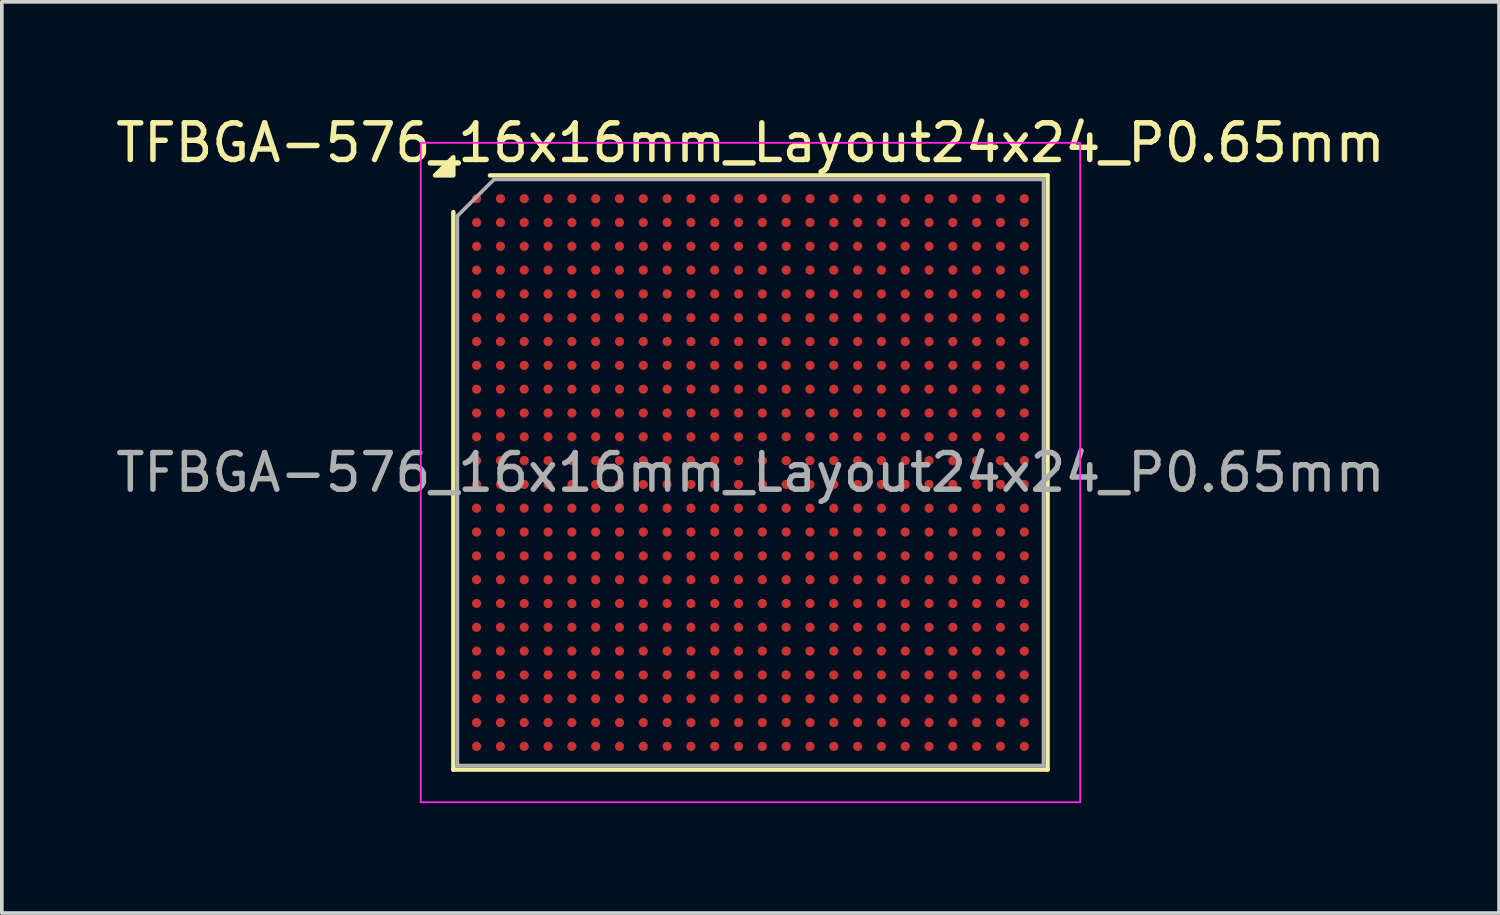
<source format=kicad_pcb>
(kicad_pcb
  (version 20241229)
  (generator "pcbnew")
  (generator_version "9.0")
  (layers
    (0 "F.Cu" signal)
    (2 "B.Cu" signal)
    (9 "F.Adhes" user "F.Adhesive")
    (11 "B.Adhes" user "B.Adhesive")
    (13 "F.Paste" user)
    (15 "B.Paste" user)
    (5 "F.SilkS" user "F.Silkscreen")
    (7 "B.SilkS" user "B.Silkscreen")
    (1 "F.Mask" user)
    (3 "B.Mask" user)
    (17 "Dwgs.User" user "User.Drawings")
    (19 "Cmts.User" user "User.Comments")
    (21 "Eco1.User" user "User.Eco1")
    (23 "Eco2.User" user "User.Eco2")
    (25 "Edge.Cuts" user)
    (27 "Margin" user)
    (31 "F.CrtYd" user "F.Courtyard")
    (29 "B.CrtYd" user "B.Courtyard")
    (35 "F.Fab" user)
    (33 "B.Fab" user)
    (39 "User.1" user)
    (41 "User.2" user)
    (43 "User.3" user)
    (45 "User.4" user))
  (footprint "TFBGA-576_16x16mm_Layout24x24_P0.65mm"
    (layer "F.Cu")
    (at 17.435 9.848)
    (property "Reference" "TFBGA-576_16x16mm_Layout24x24_P0.65mm" (at 0 -9 0) (layer "F.SilkS") (effects (font (size 1 1) (thickness 0.15))))
    (attr smd)
    (fp_line (start -8.11 8.11) (end -8.11 -7.11) (stroke (width 0.12) (type solid)) (layer "F.SilkS"))
    (fp_line (start -7.11 -8.11) (end 8.11 -8.11) (stroke (width 0.12) (type solid)) (layer "F.SilkS"))
    (fp_line (start 8.11 -8.11) (end 8.11 8.11) (stroke (width 0.12) (type solid)) (layer "F.SilkS"))
    (fp_line (start 8.11 8.11) (end -8.11 8.11) (stroke (width 0.12) (type solid)) (layer "F.SilkS"))
    (fp_poly (pts (xy -8.11 -8.11) (xy -8.61 -8.11) (xy -8.11 -8.61) (xy -8.11 -8.11)) (stroke (width 0.12) (type solid)) (fill yes) (layer "F.SilkS"))
    (fp_line (start -9 -9) (end -9 9) (stroke (width 0.05) (type solid)) (layer "F.CrtYd"))
    (fp_line (start -9 9) (end 9 9) (stroke (width 0.05) (type solid)) (layer "F.CrtYd"))
    (fp_line (start 9 -9) (end -9 -9) (stroke (width 0.05) (type solid)) (layer "F.CrtYd"))
    (fp_line (start 9 9) (end 9 -9) (stroke (width 0.05) (type solid)) (layer "F.CrtYd"))
    (fp_line (start -8 -7) (end -7 -8) (stroke (width 0.1) (type solid)) (layer "F.Fab"))
    (fp_line (start -8 8) (end -8 -7) (stroke (width 0.1) (type solid)) (layer "F.Fab"))
    (fp_line (start -7 -8) (end 8 -8) (stroke (width 0.1) (type solid)) (layer "F.Fab"))
    (fp_line (start 8 -8) (end 8 8) (stroke (width 0.1) (type solid)) (layer "F.Fab"))
    (fp_line (start 8 8) (end -8 8) (stroke (width 0.1) (type solid)) (layer "F.Fab"))
    (fp_text user "${REFERENCE}" (at 0 0 0) (layer "F.Fab") (effects (font (size 1 1) (thickness 0.15))))
    (pad "A1" smd circle (at -7.475 -7.475) (size 0.25 0.25) (property pad_prop_bga) (layers "F.Cu" "F.Mask" "F.Paste"))
    (pad "A2" smd circle (at -6.825 -7.475) (size 0.25 0.25) (property pad_prop_bga) (layers "F.Cu" "F.Mask" "F.Paste"))
    (pad "A3" smd circle (at -6.175 -7.475) (size 0.25 0.25) (property pad_prop_bga) (layers "F.Cu" "F.Mask" "F.Paste"))
    (pad "A4" smd circle (at -5.525 -7.475) (size 0.25 0.25) (property pad_prop_bga) (layers "F.Cu" "F.Mask" "F.Paste"))
    (pad "A5" smd circle (at -4.875 -7.475) (size 0.25 0.25) (property pad_prop_bga) (layers "F.Cu" "F.Mask" "F.Paste"))
    (pad "A6" smd circle (at -4.225 -7.475) (size 0.25 0.25) (property pad_prop_bga) (layers "F.Cu" "F.Mask" "F.Paste"))
    (pad "A7" smd circle (at -3.575 -7.475) (size 0.25 0.25) (property pad_prop_bga) (layers "F.Cu" "F.Mask" "F.Paste"))
    (pad "A8" smd circle (at -2.925 -7.475) (size 0.25 0.25) (property pad_prop_bga) (layers "F.Cu" "F.Mask" "F.Paste"))
    (pad "A9" smd circle (at -2.275 -7.475) (size 0.25 0.25) (property pad_prop_bga) (layers "F.Cu" "F.Mask" "F.Paste"))
    (pad "A10" smd circle (at -1.625 -7.475) (size 0.25 0.25) (property pad_prop_bga) (layers "F.Cu" "F.Mask" "F.Paste"))
    (pad "A11" smd circle (at -0.975 -7.475) (size 0.25 0.25) (property pad_prop_bga) (layers "F.Cu" "F.Mask" "F.Paste"))
    (pad "A12" smd circle (at -0.325 -7.475) (size 0.25 0.25) (property pad_prop_bga) (layers "F.Cu" "F.Mask" "F.Paste"))
    (pad "A13" smd circle (at 0.325 -7.475) (size 0.25 0.25) (property pad_prop_bga) (layers "F.Cu" "F.Mask" "F.Paste"))
    (pad "A14" smd circle (at 0.975 -7.475) (size 0.25 0.25) (property pad_prop_bga) (layers "F.Cu" "F.Mask" "F.Paste"))
    (pad "A15" smd circle (at 1.625 -7.475) (size 0.25 0.25) (property pad_prop_bga) (layers "F.Cu" "F.Mask" "F.Paste"))
    (pad "A16" smd circle (at 2.275 -7.475) (size 0.25 0.25) (property pad_prop_bga) (layers "F.Cu" "F.Mask" "F.Paste"))
    (pad "A17" smd circle (at 2.925 -7.475) (size 0.25 0.25) (property pad_prop_bga) (layers "F.Cu" "F.Mask" "F.Paste"))
    (pad "A18" smd circle (at 3.575 -7.475) (size 0.25 0.25) (property pad_prop_bga) (layers "F.Cu" "F.Mask" "F.Paste"))
    (pad "A19" smd circle (at 4.225 -7.475) (size 0.25 0.25) (property pad_prop_bga) (layers "F.Cu" "F.Mask" "F.Paste"))
    (pad "A20" smd circle (at 4.875 -7.475) (size 0.25 0.25) (property pad_prop_bga) (layers "F.Cu" "F.Mask" "F.Paste"))
    (pad "A21" smd circle (at 5.525 -7.475) (size 0.25 0.25) (property pad_prop_bga) (layers "F.Cu" "F.Mask" "F.Paste"))
    (pad "A22" smd circle (at 6.175 -7.475) (size 0.25 0.25) (property pad_prop_bga) (layers "F.Cu" "F.Mask" "F.Paste"))
    (pad "A23" smd circle (at 6.825 -7.475) (size 0.25 0.25) (property pad_prop_bga) (layers "F.Cu" "F.Mask" "F.Paste"))
    (pad "A24" smd circle (at 7.475 -7.475) (size 0.25 0.25) (property pad_prop_bga) (layers "F.Cu" "F.Mask" "F.Paste"))
    (pad "AA1" smd circle (at -7.475 5.525) (size 0.25 0.25) (property pad_prop_bga) (layers "F.Cu" "F.Mask" "F.Paste"))
    (pad "AA2" smd circle (at -6.825 5.525) (size 0.25 0.25) (property pad_prop_bga) (layers "F.Cu" "F.Mask" "F.Paste"))
    (pad "AA3" smd circle (at -6.175 5.525) (size 0.25 0.25) (property pad_prop_bga) (layers "F.Cu" "F.Mask" "F.Paste"))
    (pad "AA4" smd circle (at -5.525 5.525) (size 0.25 0.25) (property pad_prop_bga) (layers "F.Cu" "F.Mask" "F.Paste"))
    (pad "AA5" smd circle (at -4.875 5.525) (size 0.25 0.25) (property pad_prop_bga) (layers "F.Cu" "F.Mask" "F.Paste"))
    (pad "AA6" smd circle (at -4.225 5.525) (size 0.25 0.25) (property pad_prop_bga) (layers "F.Cu" "F.Mask" "F.Paste"))
    (pad "AA7" smd circle (at -3.575 5.525) (size 0.25 0.25) (property pad_prop_bga) (layers "F.Cu" "F.Mask" "F.Paste"))
    (pad "AA8" smd circle (at -2.925 5.525) (size 0.25 0.25) (property pad_prop_bga) (layers "F.Cu" "F.Mask" "F.Paste"))
    (pad "AA9" smd circle (at -2.275 5.525) (size 0.25 0.25) (property pad_prop_bga) (layers "F.Cu" "F.Mask" "F.Paste"))
    (pad "AA10" smd circle (at -1.625 5.525) (size 0.25 0.25) (property pad_prop_bga) (layers "F.Cu" "F.Mask" "F.Paste"))
    (pad "AA11" smd circle (at -0.975 5.525) (size 0.25 0.25) (property pad_prop_bga) (layers "F.Cu" "F.Mask" "F.Paste"))
    (pad "AA12" smd circle (at -0.325 5.525) (size 0.25 0.25) (property pad_prop_bga) (layers "F.Cu" "F.Mask" "F.Paste"))
    (pad "AA13" smd circle (at 0.325 5.525) (size 0.25 0.25) (property pad_prop_bga) (layers "F.Cu" "F.Mask" "F.Paste"))
    (pad "AA14" smd circle (at 0.975 5.525) (size 0.25 0.25) (property pad_prop_bga) (layers "F.Cu" "F.Mask" "F.Paste"))
    (pad "AA15" smd circle (at 1.625 5.525) (size 0.25 0.25) (property pad_prop_bga) (layers "F.Cu" "F.Mask" "F.Paste"))
    (pad "AA16" smd circle (at 2.275 5.525) (size 0.25 0.25) (property pad_prop_bga) (layers "F.Cu" "F.Mask" "F.Paste"))
    (pad "AA17" smd circle (at 2.925 5.525) (size 0.25 0.25) (property pad_prop_bga) (layers "F.Cu" "F.Mask" "F.Paste"))
    (pad "AA18" smd circle (at 3.575 5.525) (size 0.25 0.25) (property pad_prop_bga) (layers "F.Cu" "F.Mask" "F.Paste"))
    (pad "AA19" smd circle (at 4.225 5.525) (size 0.25 0.25) (property pad_prop_bga) (layers "F.Cu" "F.Mask" "F.Paste"))
    (pad "AA20" smd circle (at 4.875 5.525) (size 0.25 0.25) (property pad_prop_bga) (layers "F.Cu" "F.Mask" "F.Paste"))
    (pad "AA21" smd circle (at 5.525 5.525) (size 0.25 0.25) (property pad_prop_bga) (layers "F.Cu" "F.Mask" "F.Paste"))
    (pad "AA22" smd circle (at 6.175 5.525) (size 0.25 0.25) (property pad_prop_bga) (layers "F.Cu" "F.Mask" "F.Paste"))
    (pad "AA23" smd circle (at 6.825 5.525) (size 0.25 0.25) (property pad_prop_bga) (layers "F.Cu" "F.Mask" "F.Paste"))
    (pad "AA24" smd circle (at 7.475 5.525) (size 0.25 0.25) (property pad_prop_bga) (layers "F.Cu" "F.Mask" "F.Paste"))
    (pad "AB1" smd circle (at -7.475 6.175) (size 0.25 0.25) (property pad_prop_bga) (layers "F.Cu" "F.Mask" "F.Paste"))
    (pad "AB2" smd circle (at -6.825 6.175) (size 0.25 0.25) (property pad_prop_bga) (layers "F.Cu" "F.Mask" "F.Paste"))
    (pad "AB3" smd circle (at -6.175 6.175) (size 0.25 0.25) (property pad_prop_bga) (layers "F.Cu" "F.Mask" "F.Paste"))
    (pad "AB4" smd circle (at -5.525 6.175) (size 0.25 0.25) (property pad_prop_bga) (layers "F.Cu" "F.Mask" "F.Paste"))
    (pad "AB5" smd circle (at -4.875 6.175) (size 0.25 0.25) (property pad_prop_bga) (layers "F.Cu" "F.Mask" "F.Paste"))
    (pad "AB6" smd circle (at -4.225 6.175) (size 0.25 0.25) (property pad_prop_bga) (layers "F.Cu" "F.Mask" "F.Paste"))
    (pad "AB7" smd circle (at -3.575 6.175) (size 0.25 0.25) (property pad_prop_bga) (layers "F.Cu" "F.Mask" "F.Paste"))
    (pad "AB8" smd circle (at -2.925 6.175) (size 0.25 0.25) (property pad_prop_bga) (layers "F.Cu" "F.Mask" "F.Paste"))
    (pad "AB9" smd circle (at -2.275 6.175) (size 0.25 0.25) (property pad_prop_bga) (layers "F.Cu" "F.Mask" "F.Paste"))
    (pad "AB10" smd circle (at -1.625 6.175) (size 0.25 0.25) (property pad_prop_bga) (layers "F.Cu" "F.Mask" "F.Paste"))
    (pad "AB11" smd circle (at -0.975 6.175) (size 0.25 0.25) (property pad_prop_bga) (layers "F.Cu" "F.Mask" "F.Paste"))
    (pad "AB12" smd circle (at -0.325 6.175) (size 0.25 0.25) (property pad_prop_bga) (layers "F.Cu" "F.Mask" "F.Paste"))
    (pad "AB13" smd circle (at 0.325 6.175) (size 0.25 0.25) (property pad_prop_bga) (layers "F.Cu" "F.Mask" "F.Paste"))
    (pad "AB14" smd circle (at 0.975 6.175) (size 0.25 0.25) (property pad_prop_bga) (layers "F.Cu" "F.Mask" "F.Paste"))
    (pad "AB15" smd circle (at 1.625 6.175) (size 0.25 0.25) (property pad_prop_bga) (layers "F.Cu" "F.Mask" "F.Paste"))
    (pad "AB16" smd circle (at 2.275 6.175) (size 0.25 0.25) (property pad_prop_bga) (layers "F.Cu" "F.Mask" "F.Paste"))
    (pad "AB17" smd circle (at 2.925 6.175) (size 0.25 0.25) (property pad_prop_bga) (layers "F.Cu" "F.Mask" "F.Paste"))
    (pad "AB18" smd circle (at 3.575 6.175) (size 0.25 0.25) (property pad_prop_bga) (layers "F.Cu" "F.Mask" "F.Paste"))
    (pad "AB19" smd circle (at 4.225 6.175) (size 0.25 0.25) (property pad_prop_bga) (layers "F.Cu" "F.Mask" "F.Paste"))
    (pad "AB20" smd circle (at 4.875 6.175) (size 0.25 0.25) (property pad_prop_bga) (layers "F.Cu" "F.Mask" "F.Paste"))
    (pad "AB21" smd circle (at 5.525 6.175) (size 0.25 0.25) (property pad_prop_bga) (layers "F.Cu" "F.Mask" "F.Paste"))
    (pad "AB22" smd circle (at 6.175 6.175) (size 0.25 0.25) (property pad_prop_bga) (layers "F.Cu" "F.Mask" "F.Paste"))
    (pad "AB23" smd circle (at 6.825 6.175) (size 0.25 0.25) (property pad_prop_bga) (layers "F.Cu" "F.Mask" "F.Paste"))
    (pad "AB24" smd circle (at 7.475 6.175) (size 0.25 0.25) (property pad_prop_bga) (layers "F.Cu" "F.Mask" "F.Paste"))
    (pad "AC1" smd circle (at -7.475 6.825) (size 0.25 0.25) (property pad_prop_bga) (layers "F.Cu" "F.Mask" "F.Paste"))
    (pad "AC2" smd circle (at -6.825 6.825) (size 0.25 0.25) (property pad_prop_bga) (layers "F.Cu" "F.Mask" "F.Paste"))
    (pad "AC3" smd circle (at -6.175 6.825) (size 0.25 0.25) (property pad_prop_bga) (layers "F.Cu" "F.Mask" "F.Paste"))
    (pad "AC4" smd circle (at -5.525 6.825) (size 0.25 0.25) (property pad_prop_bga) (layers "F.Cu" "F.Mask" "F.Paste"))
    (pad "AC5" smd circle (at -4.875 6.825) (size 0.25 0.25) (property pad_prop_bga) (layers "F.Cu" "F.Mask" "F.Paste"))
    (pad "AC6" smd circle (at -4.225 6.825) (size 0.25 0.25) (property pad_prop_bga) (layers "F.Cu" "F.Mask" "F.Paste"))
    (pad "AC7" smd circle (at -3.575 6.825) (size 0.25 0.25) (property pad_prop_bga) (layers "F.Cu" "F.Mask" "F.Paste"))
    (pad "AC8" smd circle (at -2.925 6.825) (size 0.25 0.25) (property pad_prop_bga) (layers "F.Cu" "F.Mask" "F.Paste"))
    (pad "AC9" smd circle (at -2.275 6.825) (size 0.25 0.25) (property pad_prop_bga) (layers "F.Cu" "F.Mask" "F.Paste"))
    (pad "AC10" smd circle (at -1.625 6.825) (size 0.25 0.25) (property pad_prop_bga) (layers "F.Cu" "F.Mask" "F.Paste"))
    (pad "AC11" smd circle (at -0.975 6.825) (size 0.25 0.25) (property pad_prop_bga) (layers "F.Cu" "F.Mask" "F.Paste"))
    (pad "AC12" smd circle (at -0.325 6.825) (size 0.25 0.25) (property pad_prop_bga) (layers "F.Cu" "F.Mask" "F.Paste"))
    (pad "AC13" smd circle (at 0.325 6.825) (size 0.25 0.25) (property pad_prop_bga) (layers "F.Cu" "F.Mask" "F.Paste"))
    (pad "AC14" smd circle (at 0.975 6.825) (size 0.25 0.25) (property pad_prop_bga) (layers "F.Cu" "F.Mask" "F.Paste"))
    (pad "AC15" smd circle (at 1.625 6.825) (size 0.25 0.25) (property pad_prop_bga) (layers "F.Cu" "F.Mask" "F.Paste"))
    (pad "AC16" smd circle (at 2.275 6.825) (size 0.25 0.25) (property pad_prop_bga) (layers "F.Cu" "F.Mask" "F.Paste"))
    (pad "AC17" smd circle (at 2.925 6.825) (size 0.25 0.25) (property pad_prop_bga) (layers "F.Cu" "F.Mask" "F.Paste"))
    (pad "AC18" smd circle (at 3.575 6.825) (size 0.25 0.25) (property pad_prop_bga) (layers "F.Cu" "F.Mask" "F.Paste"))
    (pad "AC19" smd circle (at 4.225 6.825) (size 0.25 0.25) (property pad_prop_bga) (layers "F.Cu" "F.Mask" "F.Paste"))
    (pad "AC20" smd circle (at 4.875 6.825) (size 0.25 0.25) (property pad_prop_bga) (layers "F.Cu" "F.Mask" "F.Paste"))
    (pad "AC21" smd circle (at 5.525 6.825) (size 0.25 0.25) (property pad_prop_bga) (layers "F.Cu" "F.Mask" "F.Paste"))
    (pad "AC22" smd circle (at 6.175 6.825) (size 0.25 0.25) (property pad_prop_bga) (layers "F.Cu" "F.Mask" "F.Paste"))
    (pad "AC23" smd circle (at 6.825 6.825) (size 0.25 0.25) (property pad_prop_bga) (layers "F.Cu" "F.Mask" "F.Paste"))
    (pad "AC24" smd circle (at 7.475 6.825) (size 0.25 0.25) (property pad_prop_bga) (layers "F.Cu" "F.Mask" "F.Paste"))
    (pad "AD1" smd circle (at -7.475 7.475) (size 0.25 0.25) (property pad_prop_bga) (layers "F.Cu" "F.Mask" "F.Paste"))
    (pad "AD2" smd circle (at -6.825 7.475) (size 0.25 0.25) (property pad_prop_bga) (layers "F.Cu" "F.Mask" "F.Paste"))
    (pad "AD3" smd circle (at -6.175 7.475) (size 0.25 0.25) (property pad_prop_bga) (layers "F.Cu" "F.Mask" "F.Paste"))
    (pad "AD4" smd circle (at -5.525 7.475) (size 0.25 0.25) (property pad_prop_bga) (layers "F.Cu" "F.Mask" "F.Paste"))
    (pad "AD5" smd circle (at -4.875 7.475) (size 0.25 0.25) (property pad_prop_bga) (layers "F.Cu" "F.Mask" "F.Paste"))
    (pad "AD6" smd circle (at -4.225 7.475) (size 0.25 0.25) (property pad_prop_bga) (layers "F.Cu" "F.Mask" "F.Paste"))
    (pad "AD7" smd circle (at -3.575 7.475) (size 0.25 0.25) (property pad_prop_bga) (layers "F.Cu" "F.Mask" "F.Paste"))
    (pad "AD8" smd circle (at -2.925 7.475) (size 0.25 0.25) (property pad_prop_bga) (layers "F.Cu" "F.Mask" "F.Paste"))
    (pad "AD9" smd circle (at -2.275 7.475) (size 0.25 0.25) (property pad_prop_bga) (layers "F.Cu" "F.Mask" "F.Paste"))
    (pad "AD10" smd circle (at -1.625 7.475) (size 0.25 0.25) (property pad_prop_bga) (layers "F.Cu" "F.Mask" "F.Paste"))
    (pad "AD11" smd circle (at -0.975 7.475) (size 0.25 0.25) (property pad_prop_bga) (layers "F.Cu" "F.Mask" "F.Paste"))
    (pad "AD12" smd circle (at -0.325 7.475) (size 0.25 0.25) (property pad_prop_bga) (layers "F.Cu" "F.Mask" "F.Paste"))
    (pad "AD13" smd circle (at 0.325 7.475) (size 0.25 0.25) (property pad_prop_bga) (layers "F.Cu" "F.Mask" "F.Paste"))
    (pad "AD14" smd circle (at 0.975 7.475) (size 0.25 0.25) (property pad_prop_bga) (layers "F.Cu" "F.Mask" "F.Paste"))
    (pad "AD15" smd circle (at 1.625 7.475) (size 0.25 0.25) (property pad_prop_bga) (layers "F.Cu" "F.Mask" "F.Paste"))
    (pad "AD16" smd circle (at 2.275 7.475) (size 0.25 0.25) (property pad_prop_bga) (layers "F.Cu" "F.Mask" "F.Paste"))
    (pad "AD17" smd circle (at 2.925 7.475) (size 0.25 0.25) (property pad_prop_bga) (layers "F.Cu" "F.Mask" "F.Paste"))
    (pad "AD18" smd circle (at 3.575 7.475) (size 0.25 0.25) (property pad_prop_bga) (layers "F.Cu" "F.Mask" "F.Paste"))
    (pad "AD19" smd circle (at 4.225 7.475) (size 0.25 0.25) (property pad_prop_bga) (layers "F.Cu" "F.Mask" "F.Paste"))
    (pad "AD20" smd circle (at 4.875 7.475) (size 0.25 0.25) (property pad_prop_bga) (layers "F.Cu" "F.Mask" "F.Paste"))
    (pad "AD21" smd circle (at 5.525 7.475) (size 0.25 0.25) (property pad_prop_bga) (layers "F.Cu" "F.Mask" "F.Paste"))
    (pad "AD22" smd circle (at 6.175 7.475) (size 0.25 0.25) (property pad_prop_bga) (layers "F.Cu" "F.Mask" "F.Paste"))
    (pad "AD23" smd circle (at 6.825 7.475) (size 0.25 0.25) (property pad_prop_bga) (layers "F.Cu" "F.Mask" "F.Paste"))
    (pad "AD24" smd circle (at 7.475 7.475) (size 0.25 0.25) (property pad_prop_bga) (layers "F.Cu" "F.Mask" "F.Paste"))
    (pad "B1" smd circle (at -7.475 -6.825) (size 0.25 0.25) (property pad_prop_bga) (layers "F.Cu" "F.Mask" "F.Paste"))
    (pad "B2" smd circle (at -6.825 -6.825) (size 0.25 0.25) (property pad_prop_bga) (layers "F.Cu" "F.Mask" "F.Paste"))
    (pad "B3" smd circle (at -6.175 -6.825) (size 0.25 0.25) (property pad_prop_bga) (layers "F.Cu" "F.Mask" "F.Paste"))
    (pad "B4" smd circle (at -5.525 -6.825) (size 0.25 0.25) (property pad_prop_bga) (layers "F.Cu" "F.Mask" "F.Paste"))
    (pad "B5" smd circle (at -4.875 -6.825) (size 0.25 0.25) (property pad_prop_bga) (layers "F.Cu" "F.Mask" "F.Paste"))
    (pad "B6" smd circle (at -4.225 -6.825) (size 0.25 0.25) (property pad_prop_bga) (layers "F.Cu" "F.Mask" "F.Paste"))
    (pad "B7" smd circle (at -3.575 -6.825) (size 0.25 0.25) (property pad_prop_bga) (layers "F.Cu" "F.Mask" "F.Paste"))
    (pad "B8" smd circle (at -2.925 -6.825) (size 0.25 0.25) (property pad_prop_bga) (layers "F.Cu" "F.Mask" "F.Paste"))
    (pad "B9" smd circle (at -2.275 -6.825) (size 0.25 0.25) (property pad_prop_bga) (layers "F.Cu" "F.Mask" "F.Paste"))
    (pad "B10" smd circle (at -1.625 -6.825) (size 0.25 0.25) (property pad_prop_bga) (layers "F.Cu" "F.Mask" "F.Paste"))
    (pad "B11" smd circle (at -0.975 -6.825) (size 0.25 0.25) (property pad_prop_bga) (layers "F.Cu" "F.Mask" "F.Paste"))
    (pad "B12" smd circle (at -0.325 -6.825) (size 0.25 0.25) (property pad_prop_bga) (layers "F.Cu" "F.Mask" "F.Paste"))
    (pad "B13" smd circle (at 0.325 -6.825) (size 0.25 0.25) (property pad_prop_bga) (layers "F.Cu" "F.Mask" "F.Paste"))
    (pad "B14" smd circle (at 0.975 -6.825) (size 0.25 0.25) (property pad_prop_bga) (layers "F.Cu" "F.Mask" "F.Paste"))
    (pad "B15" smd circle (at 1.625 -6.825) (size 0.25 0.25) (property pad_prop_bga) (layers "F.Cu" "F.Mask" "F.Paste"))
    (pad "B16" smd circle (at 2.275 -6.825) (size 0.25 0.25) (property pad_prop_bga) (layers "F.Cu" "F.Mask" "F.Paste"))
    (pad "B17" smd circle (at 2.925 -6.825) (size 0.25 0.25) (property pad_prop_bga) (layers "F.Cu" "F.Mask" "F.Paste"))
    (pad "B18" smd circle (at 3.575 -6.825) (size 0.25 0.25) (property pad_prop_bga) (layers "F.Cu" "F.Mask" "F.Paste"))
    (pad "B19" smd circle (at 4.225 -6.825) (size 0.25 0.25) (property pad_prop_bga) (layers "F.Cu" "F.Mask" "F.Paste"))
    (pad "B20" smd circle (at 4.875 -6.825) (size 0.25 0.25) (property pad_prop_bga) (layers "F.Cu" "F.Mask" "F.Paste"))
    (pad "B21" smd circle (at 5.525 -6.825) (size 0.25 0.25) (property pad_prop_bga) (layers "F.Cu" "F.Mask" "F.Paste"))
    (pad "B22" smd circle (at 6.175 -6.825) (size 0.25 0.25) (property pad_prop_bga) (layers "F.Cu" "F.Mask" "F.Paste"))
    (pad "B23" smd circle (at 6.825 -6.825) (size 0.25 0.25) (property pad_prop_bga) (layers "F.Cu" "F.Mask" "F.Paste"))
    (pad "B24" smd circle (at 7.475 -6.825) (size 0.25 0.25) (property pad_prop_bga) (layers "F.Cu" "F.Mask" "F.Paste"))
    (pad "C1" smd circle (at -7.475 -6.175) (size 0.25 0.25) (property pad_prop_bga) (layers "F.Cu" "F.Mask" "F.Paste"))
    (pad "C2" smd circle (at -6.825 -6.175) (size 0.25 0.25) (property pad_prop_bga) (layers "F.Cu" "F.Mask" "F.Paste"))
    (pad "C3" smd circle (at -6.175 -6.175) (size 0.25 0.25) (property pad_prop_bga) (layers "F.Cu" "F.Mask" "F.Paste"))
    (pad "C4" smd circle (at -5.525 -6.175) (size 0.25 0.25) (property pad_prop_bga) (layers "F.Cu" "F.Mask" "F.Paste"))
    (pad "C5" smd circle (at -4.875 -6.175) (size 0.25 0.25) (property pad_prop_bga) (layers "F.Cu" "F.Mask" "F.Paste"))
    (pad "C6" smd circle (at -4.225 -6.175) (size 0.25 0.25) (property pad_prop_bga) (layers "F.Cu" "F.Mask" "F.Paste"))
    (pad "C7" smd circle (at -3.575 -6.175) (size 0.25 0.25) (property pad_prop_bga) (layers "F.Cu" "F.Mask" "F.Paste"))
    (pad "C8" smd circle (at -2.925 -6.175) (size 0.25 0.25) (property pad_prop_bga) (layers "F.Cu" "F.Mask" "F.Paste"))
    (pad "C9" smd circle (at -2.275 -6.175) (size 0.25 0.25) (property pad_prop_bga) (layers "F.Cu" "F.Mask" "F.Paste"))
    (pad "C10" smd circle (at -1.625 -6.175) (size 0.25 0.25) (property pad_prop_bga) (layers "F.Cu" "F.Mask" "F.Paste"))
    (pad "C11" smd circle (at -0.975 -6.175) (size 0.25 0.25) (property pad_prop_bga) (layers "F.Cu" "F.Mask" "F.Paste"))
    (pad "C12" smd circle (at -0.325 -6.175) (size 0.25 0.25) (property pad_prop_bga) (layers "F.Cu" "F.Mask" "F.Paste"))
    (pad "C13" smd circle (at 0.325 -6.175) (size 0.25 0.25) (property pad_prop_bga) (layers "F.Cu" "F.Mask" "F.Paste"))
    (pad "C14" smd circle (at 0.975 -6.175) (size 0.25 0.25) (property pad_prop_bga) (layers "F.Cu" "F.Mask" "F.Paste"))
    (pad "C15" smd circle (at 1.625 -6.175) (size 0.25 0.25) (property pad_prop_bga) (layers "F.Cu" "F.Mask" "F.Paste"))
    (pad "C16" smd circle (at 2.275 -6.175) (size 0.25 0.25) (property pad_prop_bga) (layers "F.Cu" "F.Mask" "F.Paste"))
    (pad "C17" smd circle (at 2.925 -6.175) (size 0.25 0.25) (property pad_prop_bga) (layers "F.Cu" "F.Mask" "F.Paste"))
    (pad "C18" smd circle (at 3.575 -6.175) (size 0.25 0.25) (property pad_prop_bga) (layers "F.Cu" "F.Mask" "F.Paste"))
    (pad "C19" smd circle (at 4.225 -6.175) (size 0.25 0.25) (property pad_prop_bga) (layers "F.Cu" "F.Mask" "F.Paste"))
    (pad "C20" smd circle (at 4.875 -6.175) (size 0.25 0.25) (property pad_prop_bga) (layers "F.Cu" "F.Mask" "F.Paste"))
    (pad "C21" smd circle (at 5.525 -6.175) (size 0.25 0.25) (property pad_prop_bga) (layers "F.Cu" "F.Mask" "F.Paste"))
    (pad "C22" smd circle (at 6.175 -6.175) (size 0.25 0.25) (property pad_prop_bga) (layers "F.Cu" "F.Mask" "F.Paste"))
    (pad "C23" smd circle (at 6.825 -6.175) (size 0.25 0.25) (property pad_prop_bga) (layers "F.Cu" "F.Mask" "F.Paste"))
    (pad "C24" smd circle (at 7.475 -6.175) (size 0.25 0.25) (property pad_prop_bga) (layers "F.Cu" "F.Mask" "F.Paste"))
    (pad "D1" smd circle (at -7.475 -5.525) (size 0.25 0.25) (property pad_prop_bga) (layers "F.Cu" "F.Mask" "F.Paste"))
    (pad "D2" smd circle (at -6.825 -5.525) (size 0.25 0.25) (property pad_prop_bga) (layers "F.Cu" "F.Mask" "F.Paste"))
    (pad "D3" smd circle (at -6.175 -5.525) (size 0.25 0.25) (property pad_prop_bga) (layers "F.Cu" "F.Mask" "F.Paste"))
    (pad "D4" smd circle (at -5.525 -5.525) (size 0.25 0.25) (property pad_prop_bga) (layers "F.Cu" "F.Mask" "F.Paste"))
    (pad "D5" smd circle (at -4.875 -5.525) (size 0.25 0.25) (property pad_prop_bga) (layers "F.Cu" "F.Mask" "F.Paste"))
    (pad "D6" smd circle (at -4.225 -5.525) (size 0.25 0.25) (property pad_prop_bga) (layers "F.Cu" "F.Mask" "F.Paste"))
    (pad "D7" smd circle (at -3.575 -5.525) (size 0.25 0.25) (property pad_prop_bga) (layers "F.Cu" "F.Mask" "F.Paste"))
    (pad "D8" smd circle (at -2.925 -5.525) (size 0.25 0.25) (property pad_prop_bga) (layers "F.Cu" "F.Mask" "F.Paste"))
    (pad "D9" smd circle (at -2.275 -5.525) (size 0.25 0.25) (property pad_prop_bga) (layers "F.Cu" "F.Mask" "F.Paste"))
    (pad "D10" smd circle (at -1.625 -5.525) (size 0.25 0.25) (property pad_prop_bga) (layers "F.Cu" "F.Mask" "F.Paste"))
    (pad "D11" smd circle (at -0.975 -5.525) (size 0.25 0.25) (property pad_prop_bga) (layers "F.Cu" "F.Mask" "F.Paste"))
    (pad "D12" smd circle (at -0.325 -5.525) (size 0.25 0.25) (property pad_prop_bga) (layers "F.Cu" "F.Mask" "F.Paste"))
    (pad "D13" smd circle (at 0.325 -5.525) (size 0.25 0.25) (property pad_prop_bga) (layers "F.Cu" "F.Mask" "F.Paste"))
    (pad "D14" smd circle (at 0.975 -5.525) (size 0.25 0.25) (property pad_prop_bga) (layers "F.Cu" "F.Mask" "F.Paste"))
    (pad "D15" smd circle (at 1.625 -5.525) (size 0.25 0.25) (property pad_prop_bga) (layers "F.Cu" "F.Mask" "F.Paste"))
    (pad "D16" smd circle (at 2.275 -5.525) (size 0.25 0.25) (property pad_prop_bga) (layers "F.Cu" "F.Mask" "F.Paste"))
    (pad "D17" smd circle (at 2.925 -5.525) (size 0.25 0.25) (property pad_prop_bga) (layers "F.Cu" "F.Mask" "F.Paste"))
    (pad "D18" smd circle (at 3.575 -5.525) (size 0.25 0.25) (property pad_prop_bga) (layers "F.Cu" "F.Mask" "F.Paste"))
    (pad "D19" smd circle (at 4.225 -5.525) (size 0.25 0.25) (property pad_prop_bga) (layers "F.Cu" "F.Mask" "F.Paste"))
    (pad "D20" smd circle (at 4.875 -5.525) (size 0.25 0.25) (property pad_prop_bga) (layers "F.Cu" "F.Mask" "F.Paste"))
    (pad "D21" smd circle (at 5.525 -5.525) (size 0.25 0.25) (property pad_prop_bga) (layers "F.Cu" "F.Mask" "F.Paste"))
    (pad "D22" smd circle (at 6.175 -5.525) (size 0.25 0.25) (property pad_prop_bga) (layers "F.Cu" "F.Mask" "F.Paste"))
    (pad "D23" smd circle (at 6.825 -5.525) (size 0.25 0.25) (property pad_prop_bga) (layers "F.Cu" "F.Mask" "F.Paste"))
    (pad "D24" smd circle (at 7.475 -5.525) (size 0.25 0.25) (property pad_prop_bga) (layers "F.Cu" "F.Mask" "F.Paste"))
    (pad "E1" smd circle (at -7.475 -4.875) (size 0.25 0.25) (property pad_prop_bga) (layers "F.Cu" "F.Mask" "F.Paste"))
    (pad "E2" smd circle (at -6.825 -4.875) (size 0.25 0.25) (property pad_prop_bga) (layers "F.Cu" "F.Mask" "F.Paste"))
    (pad "E3" smd circle (at -6.175 -4.875) (size 0.25 0.25) (property pad_prop_bga) (layers "F.Cu" "F.Mask" "F.Paste"))
    (pad "E4" smd circle (at -5.525 -4.875) (size 0.25 0.25) (property pad_prop_bga) (layers "F.Cu" "F.Mask" "F.Paste"))
    (pad "E5" smd circle (at -4.875 -4.875) (size 0.25 0.25) (property pad_prop_bga) (layers "F.Cu" "F.Mask" "F.Paste"))
    (pad "E6" smd circle (at -4.225 -4.875) (size 0.25 0.25) (property pad_prop_bga) (layers "F.Cu" "F.Mask" "F.Paste"))
    (pad "E7" smd circle (at -3.575 -4.875) (size 0.25 0.25) (property pad_prop_bga) (layers "F.Cu" "F.Mask" "F.Paste"))
    (pad "E8" smd circle (at -2.925 -4.875) (size 0.25 0.25) (property pad_prop_bga) (layers "F.Cu" "F.Mask" "F.Paste"))
    (pad "E9" smd circle (at -2.275 -4.875) (size 0.25 0.25) (property pad_prop_bga) (layers "F.Cu" "F.Mask" "F.Paste"))
    (pad "E10" smd circle (at -1.625 -4.875) (size 0.25 0.25) (property pad_prop_bga) (layers "F.Cu" "F.Mask" "F.Paste"))
    (pad "E11" smd circle (at -0.975 -4.875) (size 0.25 0.25) (property pad_prop_bga) (layers "F.Cu" "F.Mask" "F.Paste"))
    (pad "E12" smd circle (at -0.325 -4.875) (size 0.25 0.25) (property pad_prop_bga) (layers "F.Cu" "F.Mask" "F.Paste"))
    (pad "E13" smd circle (at 0.325 -4.875) (size 0.25 0.25) (property pad_prop_bga) (layers "F.Cu" "F.Mask" "F.Paste"))
    (pad "E14" smd circle (at 0.975 -4.875) (size 0.25 0.25) (property pad_prop_bga) (layers "F.Cu" "F.Mask" "F.Paste"))
    (pad "E15" smd circle (at 1.625 -4.875) (size 0.25 0.25) (property pad_prop_bga) (layers "F.Cu" "F.Mask" "F.Paste"))
    (pad "E16" smd circle (at 2.275 -4.875) (size 0.25 0.25) (property pad_prop_bga) (layers "F.Cu" "F.Mask" "F.Paste"))
    (pad "E17" smd circle (at 2.925 -4.875) (size 0.25 0.25) (property pad_prop_bga) (layers "F.Cu" "F.Mask" "F.Paste"))
    (pad "E18" smd circle (at 3.575 -4.875) (size 0.25 0.25) (property pad_prop_bga) (layers "F.Cu" "F.Mask" "F.Paste"))
    (pad "E19" smd circle (at 4.225 -4.875) (size 0.25 0.25) (property pad_prop_bga) (layers "F.Cu" "F.Mask" "F.Paste"))
    (pad "E20" smd circle (at 4.875 -4.875) (size 0.25 0.25) (property pad_prop_bga) (layers "F.Cu" "F.Mask" "F.Paste"))
    (pad "E21" smd circle (at 5.525 -4.875) (size 0.25 0.25) (property pad_prop_bga) (layers "F.Cu" "F.Mask" "F.Paste"))
    (pad "E22" smd circle (at 6.175 -4.875) (size 0.25 0.25) (property pad_prop_bga) (layers "F.Cu" "F.Mask" "F.Paste"))
    (pad "E23" smd circle (at 6.825 -4.875) (size 0.25 0.25) (property pad_prop_bga) (layers "F.Cu" "F.Mask" "F.Paste"))
    (pad "E24" smd circle (at 7.475 -4.875) (size 0.25 0.25) (property pad_prop_bga) (layers "F.Cu" "F.Mask" "F.Paste"))
    (pad "F1" smd circle (at -7.475 -4.225) (size 0.25 0.25) (property pad_prop_bga) (layers "F.Cu" "F.Mask" "F.Paste"))
    (pad "F2" smd circle (at -6.825 -4.225) (size 0.25 0.25) (property pad_prop_bga) (layers "F.Cu" "F.Mask" "F.Paste"))
    (pad "F3" smd circle (at -6.175 -4.225) (size 0.25 0.25) (property pad_prop_bga) (layers "F.Cu" "F.Mask" "F.Paste"))
    (pad "F4" smd circle (at -5.525 -4.225) (size 0.25 0.25) (property pad_prop_bga) (layers "F.Cu" "F.Mask" "F.Paste"))
    (pad "F5" smd circle (at -4.875 -4.225) (size 0.25 0.25) (property pad_prop_bga) (layers "F.Cu" "F.Mask" "F.Paste"))
    (pad "F6" smd circle (at -4.225 -4.225) (size 0.25 0.25) (property pad_prop_bga) (layers "F.Cu" "F.Mask" "F.Paste"))
    (pad "F7" smd circle (at -3.575 -4.225) (size 0.25 0.25) (property pad_prop_bga) (layers "F.Cu" "F.Mask" "F.Paste"))
    (pad "F8" smd circle (at -2.925 -4.225) (size 0.25 0.25) (property pad_prop_bga) (layers "F.Cu" "F.Mask" "F.Paste"))
    (pad "F9" smd circle (at -2.275 -4.225) (size 0.25 0.25) (property pad_prop_bga) (layers "F.Cu" "F.Mask" "F.Paste"))
    (pad "F10" smd circle (at -1.625 -4.225) (size 0.25 0.25) (property pad_prop_bga) (layers "F.Cu" "F.Mask" "F.Paste"))
    (pad "F11" smd circle (at -0.975 -4.225) (size 0.25 0.25) (property pad_prop_bga) (layers "F.Cu" "F.Mask" "F.Paste"))
    (pad "F12" smd circle (at -0.325 -4.225) (size 0.25 0.25) (property pad_prop_bga) (layers "F.Cu" "F.Mask" "F.Paste"))
    (pad "F13" smd circle (at 0.325 -4.225) (size 0.25 0.25) (property pad_prop_bga) (layers "F.Cu" "F.Mask" "F.Paste"))
    (pad "F14" smd circle (at 0.975 -4.225) (size 0.25 0.25) (property pad_prop_bga) (layers "F.Cu" "F.Mask" "F.Paste"))
    (pad "F15" smd circle (at 1.625 -4.225) (size 0.25 0.25) (property pad_prop_bga) (layers "F.Cu" "F.Mask" "F.Paste"))
    (pad "F16" smd circle (at 2.275 -4.225) (size 0.25 0.25) (property pad_prop_bga) (layers "F.Cu" "F.Mask" "F.Paste"))
    (pad "F17" smd circle (at 2.925 -4.225) (size 0.25 0.25) (property pad_prop_bga) (layers "F.Cu" "F.Mask" "F.Paste"))
    (pad "F18" smd circle (at 3.575 -4.225) (size 0.25 0.25) (property pad_prop_bga) (layers "F.Cu" "F.Mask" "F.Paste"))
    (pad "F19" smd circle (at 4.225 -4.225) (size 0.25 0.25) (property pad_prop_bga) (layers "F.Cu" "F.Mask" "F.Paste"))
    (pad "F20" smd circle (at 4.875 -4.225) (size 0.25 0.25) (property pad_prop_bga) (layers "F.Cu" "F.Mask" "F.Paste"))
    (pad "F21" smd circle (at 5.525 -4.225) (size 0.25 0.25) (property pad_prop_bga) (layers "F.Cu" "F.Mask" "F.Paste"))
    (pad "F22" smd circle (at 6.175 -4.225) (size 0.25 0.25) (property pad_prop_bga) (layers "F.Cu" "F.Mask" "F.Paste"))
    (pad "F23" smd circle (at 6.825 -4.225) (size 0.25 0.25) (property pad_prop_bga) (layers "F.Cu" "F.Mask" "F.Paste"))
    (pad "F24" smd circle (at 7.475 -4.225) (size 0.25 0.25) (property pad_prop_bga) (layers "F.Cu" "F.Mask" "F.Paste"))
    (pad "G1" smd circle (at -7.475 -3.575) (size 0.25 0.25) (property pad_prop_bga) (layers "F.Cu" "F.Mask" "F.Paste"))
    (pad "G2" smd circle (at -6.825 -3.575) (size 0.25 0.25) (property pad_prop_bga) (layers "F.Cu" "F.Mask" "F.Paste"))
    (pad "G3" smd circle (at -6.175 -3.575) (size 0.25 0.25) (property pad_prop_bga) (layers "F.Cu" "F.Mask" "F.Paste"))
    (pad "G4" smd circle (at -5.525 -3.575) (size 0.25 0.25) (property pad_prop_bga) (layers "F.Cu" "F.Mask" "F.Paste"))
    (pad "G5" smd circle (at -4.875 -3.575) (size 0.25 0.25) (property pad_prop_bga) (layers "F.Cu" "F.Mask" "F.Paste"))
    (pad "G6" smd circle (at -4.225 -3.575) (size 0.25 0.25) (property pad_prop_bga) (layers "F.Cu" "F.Mask" "F.Paste"))
    (pad "G7" smd circle (at -3.575 -3.575) (size 0.25 0.25) (property pad_prop_bga) (layers "F.Cu" "F.Mask" "F.Paste"))
    (pad "G8" smd circle (at -2.925 -3.575) (size 0.25 0.25) (property pad_prop_bga) (layers "F.Cu" "F.Mask" "F.Paste"))
    (pad "G9" smd circle (at -2.275 -3.575) (size 0.25 0.25) (property pad_prop_bga) (layers "F.Cu" "F.Mask" "F.Paste"))
    (pad "G10" smd circle (at -1.625 -3.575) (size 0.25 0.25) (property pad_prop_bga) (layers "F.Cu" "F.Mask" "F.Paste"))
    (pad "G11" smd circle (at -0.975 -3.575) (size 0.25 0.25) (property pad_prop_bga) (layers "F.Cu" "F.Mask" "F.Paste"))
    (pad "G12" smd circle (at -0.325 -3.575) (size 0.25 0.25) (property pad_prop_bga) (layers "F.Cu" "F.Mask" "F.Paste"))
    (pad "G13" smd circle (at 0.325 -3.575) (size 0.25 0.25) (property pad_prop_bga) (layers "F.Cu" "F.Mask" "F.Paste"))
    (pad "G14" smd circle (at 0.975 -3.575) (size 0.25 0.25) (property pad_prop_bga) (layers "F.Cu" "F.Mask" "F.Paste"))
    (pad "G15" smd circle (at 1.625 -3.575) (size 0.25 0.25) (property pad_prop_bga) (layers "F.Cu" "F.Mask" "F.Paste"))
    (pad "G16" smd circle (at 2.275 -3.575) (size 0.25 0.25) (property pad_prop_bga) (layers "F.Cu" "F.Mask" "F.Paste"))
    (pad "G17" smd circle (at 2.925 -3.575) (size 0.25 0.25) (property pad_prop_bga) (layers "F.Cu" "F.Mask" "F.Paste"))
    (pad "G18" smd circle (at 3.575 -3.575) (size 0.25 0.25) (property pad_prop_bga) (layers "F.Cu" "F.Mask" "F.Paste"))
    (pad "G19" smd circle (at 4.225 -3.575) (size 0.25 0.25) (property pad_prop_bga) (layers "F.Cu" "F.Mask" "F.Paste"))
    (pad "G20" smd circle (at 4.875 -3.575) (size 0.25 0.25) (property pad_prop_bga) (layers "F.Cu" "F.Mask" "F.Paste"))
    (pad "G21" smd circle (at 5.525 -3.575) (size 0.25 0.25) (property pad_prop_bga) (layers "F.Cu" "F.Mask" "F.Paste"))
    (pad "G22" smd circle (at 6.175 -3.575) (size 0.25 0.25) (property pad_prop_bga) (layers "F.Cu" "F.Mask" "F.Paste"))
    (pad "G23" smd circle (at 6.825 -3.575) (size 0.25 0.25) (property pad_prop_bga) (layers "F.Cu" "F.Mask" "F.Paste"))
    (pad "G24" smd circle (at 7.475 -3.575) (size 0.25 0.25) (property pad_prop_bga) (layers "F.Cu" "F.Mask" "F.Paste"))
    (pad "H1" smd circle (at -7.475 -2.925) (size 0.25 0.25) (property pad_prop_bga) (layers "F.Cu" "F.Mask" "F.Paste"))
    (pad "H2" smd circle (at -6.825 -2.925) (size 0.25 0.25) (property pad_prop_bga) (layers "F.Cu" "F.Mask" "F.Paste"))
    (pad "H3" smd circle (at -6.175 -2.925) (size 0.25 0.25) (property pad_prop_bga) (layers "F.Cu" "F.Mask" "F.Paste"))
    (pad "H4" smd circle (at -5.525 -2.925) (size 0.25 0.25) (property pad_prop_bga) (layers "F.Cu" "F.Mask" "F.Paste"))
    (pad "H5" smd circle (at -4.875 -2.925) (size 0.25 0.25) (property pad_prop_bga) (layers "F.Cu" "F.Mask" "F.Paste"))
    (pad "H6" smd circle (at -4.225 -2.925) (size 0.25 0.25) (property pad_prop_bga) (layers "F.Cu" "F.Mask" "F.Paste"))
    (pad "H7" smd circle (at -3.575 -2.925) (size 0.25 0.25) (property pad_prop_bga) (layers "F.Cu" "F.Mask" "F.Paste"))
    (pad "H8" smd circle (at -2.925 -2.925) (size 0.25 0.25) (property pad_prop_bga) (layers "F.Cu" "F.Mask" "F.Paste"))
    (pad "H9" smd circle (at -2.275 -2.925) (size 0.25 0.25) (property pad_prop_bga) (layers "F.Cu" "F.Mask" "F.Paste"))
    (pad "H10" smd circle (at -1.625 -2.925) (size 0.25 0.25) (property pad_prop_bga) (layers "F.Cu" "F.Mask" "F.Paste"))
    (pad "H11" smd circle (at -0.975 -2.925) (size 0.25 0.25) (property pad_prop_bga) (layers "F.Cu" "F.Mask" "F.Paste"))
    (pad "H12" smd circle (at -0.325 -2.925) (size 0.25 0.25) (property pad_prop_bga) (layers "F.Cu" "F.Mask" "F.Paste"))
    (pad "H13" smd circle (at 0.325 -2.925) (size 0.25 0.25) (property pad_prop_bga) (layers "F.Cu" "F.Mask" "F.Paste"))
    (pad "H14" smd circle (at 0.975 -2.925) (size 0.25 0.25) (property pad_prop_bga) (layers "F.Cu" "F.Mask" "F.Paste"))
    (pad "H15" smd circle (at 1.625 -2.925) (size 0.25 0.25) (property pad_prop_bga) (layers "F.Cu" "F.Mask" "F.Paste"))
    (pad "H16" smd circle (at 2.275 -2.925) (size 0.25 0.25) (property pad_prop_bga) (layers "F.Cu" "F.Mask" "F.Paste"))
    (pad "H17" smd circle (at 2.925 -2.925) (size 0.25 0.25) (property pad_prop_bga) (layers "F.Cu" "F.Mask" "F.Paste"))
    (pad "H18" smd circle (at 3.575 -2.925) (size 0.25 0.25) (property pad_prop_bga) (layers "F.Cu" "F.Mask" "F.Paste"))
    (pad "H19" smd circle (at 4.225 -2.925) (size 0.25 0.25) (property pad_prop_bga) (layers "F.Cu" "F.Mask" "F.Paste"))
    (pad "H20" smd circle (at 4.875 -2.925) (size 0.25 0.25) (property pad_prop_bga) (layers "F.Cu" "F.Mask" "F.Paste"))
    (pad "H21" smd circle (at 5.525 -2.925) (size 0.25 0.25) (property pad_prop_bga) (layers "F.Cu" "F.Mask" "F.Paste"))
    (pad "H22" smd circle (at 6.175 -2.925) (size 0.25 0.25) (property pad_prop_bga) (layers "F.Cu" "F.Mask" "F.Paste"))
    (pad "H23" smd circle (at 6.825 -2.925) (size 0.25 0.25) (property pad_prop_bga) (layers "F.Cu" "F.Mask" "F.Paste"))
    (pad "H24" smd circle (at 7.475 -2.925) (size 0.25 0.25) (property pad_prop_bga) (layers "F.Cu" "F.Mask" "F.Paste"))
    (pad "J1" smd circle (at -7.475 -2.275) (size 0.25 0.25) (property pad_prop_bga) (layers "F.Cu" "F.Mask" "F.Paste"))
    (pad "J2" smd circle (at -6.825 -2.275) (size 0.25 0.25) (property pad_prop_bga) (layers "F.Cu" "F.Mask" "F.Paste"))
    (pad "J3" smd circle (at -6.175 -2.275) (size 0.25 0.25) (property pad_prop_bga) (layers "F.Cu" "F.Mask" "F.Paste"))
    (pad "J4" smd circle (at -5.525 -2.275) (size 0.25 0.25) (property pad_prop_bga) (layers "F.Cu" "F.Mask" "F.Paste"))
    (pad "J5" smd circle (at -4.875 -2.275) (size 0.25 0.25) (property pad_prop_bga) (layers "F.Cu" "F.Mask" "F.Paste"))
    (pad "J6" smd circle (at -4.225 -2.275) (size 0.25 0.25) (property pad_prop_bga) (layers "F.Cu" "F.Mask" "F.Paste"))
    (pad "J7" smd circle (at -3.575 -2.275) (size 0.25 0.25) (property pad_prop_bga) (layers "F.Cu" "F.Mask" "F.Paste"))
    (pad "J8" smd circle (at -2.925 -2.275) (size 0.25 0.25) (property pad_prop_bga) (layers "F.Cu" "F.Mask" "F.Paste"))
    (pad "J9" smd circle (at -2.275 -2.275) (size 0.25 0.25) (property pad_prop_bga) (layers "F.Cu" "F.Mask" "F.Paste"))
    (pad "J10" smd circle (at -1.625 -2.275) (size 0.25 0.25) (property pad_prop_bga) (layers "F.Cu" "F.Mask" "F.Paste"))
    (pad "J11" smd circle (at -0.975 -2.275) (size 0.25 0.25) (property pad_prop_bga) (layers "F.Cu" "F.Mask" "F.Paste"))
    (pad "J12" smd circle (at -0.325 -2.275) (size 0.25 0.25) (property pad_prop_bga) (layers "F.Cu" "F.Mask" "F.Paste"))
    (pad "J13" smd circle (at 0.325 -2.275) (size 0.25 0.25) (property pad_prop_bga) (layers "F.Cu" "F.Mask" "F.Paste"))
    (pad "J14" smd circle (at 0.975 -2.275) (size 0.25 0.25) (property pad_prop_bga) (layers "F.Cu" "F.Mask" "F.Paste"))
    (pad "J15" smd circle (at 1.625 -2.275) (size 0.25 0.25) (property pad_prop_bga) (layers "F.Cu" "F.Mask" "F.Paste"))
    (pad "J16" smd circle (at 2.275 -2.275) (size 0.25 0.25) (property pad_prop_bga) (layers "F.Cu" "F.Mask" "F.Paste"))
    (pad "J17" smd circle (at 2.925 -2.275) (size 0.25 0.25) (property pad_prop_bga) (layers "F.Cu" "F.Mask" "F.Paste"))
    (pad "J18" smd circle (at 3.575 -2.275) (size 0.25 0.25) (property pad_prop_bga) (layers "F.Cu" "F.Mask" "F.Paste"))
    (pad "J19" smd circle (at 4.225 -2.275) (size 0.25 0.25) (property pad_prop_bga) (layers "F.Cu" "F.Mask" "F.Paste"))
    (pad "J20" smd circle (at 4.875 -2.275) (size 0.25 0.25) (property pad_prop_bga) (layers "F.Cu" "F.Mask" "F.Paste"))
    (pad "J21" smd circle (at 5.525 -2.275) (size 0.25 0.25) (property pad_prop_bga) (layers "F.Cu" "F.Mask" "F.Paste"))
    (pad "J22" smd circle (at 6.175 -2.275) (size 0.25 0.25) (property pad_prop_bga) (layers "F.Cu" "F.Mask" "F.Paste"))
    (pad "J23" smd circle (at 6.825 -2.275) (size 0.25 0.25) (property pad_prop_bga) (layers "F.Cu" "F.Mask" "F.Paste"))
    (pad "J24" smd circle (at 7.475 -2.275) (size 0.25 0.25) (property pad_prop_bga) (layers "F.Cu" "F.Mask" "F.Paste"))
    (pad "K1" smd circle (at -7.475 -1.625) (size 0.25 0.25) (property pad_prop_bga) (layers "F.Cu" "F.Mask" "F.Paste"))
    (pad "K2" smd circle (at -6.825 -1.625) (size 0.25 0.25) (property pad_prop_bga) (layers "F.Cu" "F.Mask" "F.Paste"))
    (pad "K3" smd circle (at -6.175 -1.625) (size 0.25 0.25) (property pad_prop_bga) (layers "F.Cu" "F.Mask" "F.Paste"))
    (pad "K4" smd circle (at -5.525 -1.625) (size 0.25 0.25) (property pad_prop_bga) (layers "F.Cu" "F.Mask" "F.Paste"))
    (pad "K5" smd circle (at -4.875 -1.625) (size 0.25 0.25) (property pad_prop_bga) (layers "F.Cu" "F.Mask" "F.Paste"))
    (pad "K6" smd circle (at -4.225 -1.625) (size 0.25 0.25) (property pad_prop_bga) (layers "F.Cu" "F.Mask" "F.Paste"))
    (pad "K7" smd circle (at -3.575 -1.625) (size 0.25 0.25) (property pad_prop_bga) (layers "F.Cu" "F.Mask" "F.Paste"))
    (pad "K8" smd circle (at -2.925 -1.625) (size 0.25 0.25) (property pad_prop_bga) (layers "F.Cu" "F.Mask" "F.Paste"))
    (pad "K9" smd circle (at -2.275 -1.625) (size 0.25 0.25) (property pad_prop_bga) (layers "F.Cu" "F.Mask" "F.Paste"))
    (pad "K10" smd circle (at -1.625 -1.625) (size 0.25 0.25) (property pad_prop_bga) (layers "F.Cu" "F.Mask" "F.Paste"))
    (pad "K11" smd circle (at -0.975 -1.625) (size 0.25 0.25) (property pad_prop_bga) (layers "F.Cu" "F.Mask" "F.Paste"))
    (pad "K12" smd circle (at -0.325 -1.625) (size 0.25 0.25) (property pad_prop_bga) (layers "F.Cu" "F.Mask" "F.Paste"))
    (pad "K13" smd circle (at 0.325 -1.625) (size 0.25 0.25) (property pad_prop_bga) (layers "F.Cu" "F.Mask" "F.Paste"))
    (pad "K14" smd circle (at 0.975 -1.625) (size 0.25 0.25) (property pad_prop_bga) (layers "F.Cu" "F.Mask" "F.Paste"))
    (pad "K15" smd circle (at 1.625 -1.625) (size 0.25 0.25) (property pad_prop_bga) (layers "F.Cu" "F.Mask" "F.Paste"))
    (pad "K16" smd circle (at 2.275 -1.625) (size 0.25 0.25) (property pad_prop_bga) (layers "F.Cu" "F.Mask" "F.Paste"))
    (pad "K17" smd circle (at 2.925 -1.625) (size 0.25 0.25) (property pad_prop_bga) (layers "F.Cu" "F.Mask" "F.Paste"))
    (pad "K18" smd circle (at 3.575 -1.625) (size 0.25 0.25) (property pad_prop_bga) (layers "F.Cu" "F.Mask" "F.Paste"))
    (pad "K19" smd circle (at 4.225 -1.625) (size 0.25 0.25) (property pad_prop_bga) (layers "F.Cu" "F.Mask" "F.Paste"))
    (pad "K20" smd circle (at 4.875 -1.625) (size 0.25 0.25) (property pad_prop_bga) (layers "F.Cu" "F.Mask" "F.Paste"))
    (pad "K21" smd circle (at 5.525 -1.625) (size 0.25 0.25) (property pad_prop_bga) (layers "F.Cu" "F.Mask" "F.Paste"))
    (pad "K22" smd circle (at 6.175 -1.625) (size 0.25 0.25) (property pad_prop_bga) (layers "F.Cu" "F.Mask" "F.Paste"))
    (pad "K23" smd circle (at 6.825 -1.625) (size 0.25 0.25) (property pad_prop_bga) (layers "F.Cu" "F.Mask" "F.Paste"))
    (pad "K24" smd circle (at 7.475 -1.625) (size 0.25 0.25) (property pad_prop_bga) (layers "F.Cu" "F.Mask" "F.Paste"))
    (pad "L1" smd circle (at -7.475 -0.975) (size 0.25 0.25) (property pad_prop_bga) (layers "F.Cu" "F.Mask" "F.Paste"))
    (pad "L2" smd circle (at -6.825 -0.975) (size 0.25 0.25) (property pad_prop_bga) (layers "F.Cu" "F.Mask" "F.Paste"))
    (pad "L3" smd circle (at -6.175 -0.975) (size 0.25 0.25) (property pad_prop_bga) (layers "F.Cu" "F.Mask" "F.Paste"))
    (pad "L4" smd circle (at -5.525 -0.975) (size 0.25 0.25) (property pad_prop_bga) (layers "F.Cu" "F.Mask" "F.Paste"))
    (pad "L5" smd circle (at -4.875 -0.975) (size 0.25 0.25) (property pad_prop_bga) (layers "F.Cu" "F.Mask" "F.Paste"))
    (pad "L6" smd circle (at -4.225 -0.975) (size 0.25 0.25) (property pad_prop_bga) (layers "F.Cu" "F.Mask" "F.Paste"))
    (pad "L7" smd circle (at -3.575 -0.975) (size 0.25 0.25) (property pad_prop_bga) (layers "F.Cu" "F.Mask" "F.Paste"))
    (pad "L8" smd circle (at -2.925 -0.975) (size 0.25 0.25) (property pad_prop_bga) (layers "F.Cu" "F.Mask" "F.Paste"))
    (pad "L9" smd circle (at -2.275 -0.975) (size 0.25 0.25) (property pad_prop_bga) (layers "F.Cu" "F.Mask" "F.Paste"))
    (pad "L10" smd circle (at -1.625 -0.975) (size 0.25 0.25) (property pad_prop_bga) (layers "F.Cu" "F.Mask" "F.Paste"))
    (pad "L11" smd circle (at -0.975 -0.975) (size 0.25 0.25) (property pad_prop_bga) (layers "F.Cu" "F.Mask" "F.Paste"))
    (pad "L12" smd circle (at -0.325 -0.975) (size 0.25 0.25) (property pad_prop_bga) (layers "F.Cu" "F.Mask" "F.Paste"))
    (pad "L13" smd circle (at 0.325 -0.975) (size 0.25 0.25) (property pad_prop_bga) (layers "F.Cu" "F.Mask" "F.Paste"))
    (pad "L14" smd circle (at 0.975 -0.975) (size 0.25 0.25) (property pad_prop_bga) (layers "F.Cu" "F.Mask" "F.Paste"))
    (pad "L15" smd circle (at 1.625 -0.975) (size 0.25 0.25) (property pad_prop_bga) (layers "F.Cu" "F.Mask" "F.Paste"))
    (pad "L16" smd circle (at 2.275 -0.975) (size 0.25 0.25) (property pad_prop_bga) (layers "F.Cu" "F.Mask" "F.Paste"))
    (pad "L17" smd circle (at 2.925 -0.975) (size 0.25 0.25) (property pad_prop_bga) (layers "F.Cu" "F.Mask" "F.Paste"))
    (pad "L18" smd circle (at 3.575 -0.975) (size 0.25 0.25) (property pad_prop_bga) (layers "F.Cu" "F.Mask" "F.Paste"))
    (pad "L19" smd circle (at 4.225 -0.975) (size 0.25 0.25) (property pad_prop_bga) (layers "F.Cu" "F.Mask" "F.Paste"))
    (pad "L20" smd circle (at 4.875 -0.975) (size 0.25 0.25) (property pad_prop_bga) (layers "F.Cu" "F.Mask" "F.Paste"))
    (pad "L21" smd circle (at 5.525 -0.975) (size 0.25 0.25) (property pad_prop_bga) (layers "F.Cu" "F.Mask" "F.Paste"))
    (pad "L22" smd circle (at 6.175 -0.975) (size 0.25 0.25) (property pad_prop_bga) (layers "F.Cu" "F.Mask" "F.Paste"))
    (pad "L23" smd circle (at 6.825 -0.975) (size 0.25 0.25) (property pad_prop_bga) (layers "F.Cu" "F.Mask" "F.Paste"))
    (pad "L24" smd circle (at 7.475 -0.975) (size 0.25 0.25) (property pad_prop_bga) (layers "F.Cu" "F.Mask" "F.Paste"))
    (pad "M1" smd circle (at -7.475 -0.325) (size 0.25 0.25) (property pad_prop_bga) (layers "F.Cu" "F.Mask" "F.Paste"))
    (pad "M2" smd circle (at -6.825 -0.325) (size 0.25 0.25) (property pad_prop_bga) (layers "F.Cu" "F.Mask" "F.Paste"))
    (pad "M3" smd circle (at -6.175 -0.325) (size 0.25 0.25) (property pad_prop_bga) (layers "F.Cu" "F.Mask" "F.Paste"))
    (pad "M4" smd circle (at -5.525 -0.325) (size 0.25 0.25) (property pad_prop_bga) (layers "F.Cu" "F.Mask" "F.Paste"))
    (pad "M5" smd circle (at -4.875 -0.325) (size 0.25 0.25) (property pad_prop_bga) (layers "F.Cu" "F.Mask" "F.Paste"))
    (pad "M6" smd circle (at -4.225 -0.325) (size 0.25 0.25) (property pad_prop_bga) (layers "F.Cu" "F.Mask" "F.Paste"))
    (pad "M7" smd circle (at -3.575 -0.325) (size 0.25 0.25) (property pad_prop_bga) (layers "F.Cu" "F.Mask" "F.Paste"))
    (pad "M8" smd circle (at -2.925 -0.325) (size 0.25 0.25) (property pad_prop_bga) (layers "F.Cu" "F.Mask" "F.Paste"))
    (pad "M9" smd circle (at -2.275 -0.325) (size 0.25 0.25) (property pad_prop_bga) (layers "F.Cu" "F.Mask" "F.Paste"))
    (pad "M10" smd circle (at -1.625 -0.325) (size 0.25 0.25) (property pad_prop_bga) (layers "F.Cu" "F.Mask" "F.Paste"))
    (pad "M11" smd circle (at -0.975 -0.325) (size 0.25 0.25) (property pad_prop_bga) (layers "F.Cu" "F.Mask" "F.Paste"))
    (pad "M12" smd circle (at -0.325 -0.325) (size 0.25 0.25) (property pad_prop_bga) (layers "F.Cu" "F.Mask" "F.Paste"))
    (pad "M13" smd circle (at 0.325 -0.325) (size 0.25 0.25) (property pad_prop_bga) (layers "F.Cu" "F.Mask" "F.Paste"))
    (pad "M14" smd circle (at 0.975 -0.325) (size 0.25 0.25) (property pad_prop_bga) (layers "F.Cu" "F.Mask" "F.Paste"))
    (pad "M15" smd circle (at 1.625 -0.325) (size 0.25 0.25) (property pad_prop_bga) (layers "F.Cu" "F.Mask" "F.Paste"))
    (pad "M16" smd circle (at 2.275 -0.325) (size 0.25 0.25) (property pad_prop_bga) (layers "F.Cu" "F.Mask" "F.Paste"))
    (pad "M17" smd circle (at 2.925 -0.325) (size 0.25 0.25) (property pad_prop_bga) (layers "F.Cu" "F.Mask" "F.Paste"))
    (pad "M18" smd circle (at 3.575 -0.325) (size 0.25 0.25) (property pad_prop_bga) (layers "F.Cu" "F.Mask" "F.Paste"))
    (pad "M19" smd circle (at 4.225 -0.325) (size 0.25 0.25) (property pad_prop_bga) (layers "F.Cu" "F.Mask" "F.Paste"))
    (pad "M20" smd circle (at 4.875 -0.325) (size 0.25 0.25) (property pad_prop_bga) (layers "F.Cu" "F.Mask" "F.Paste"))
    (pad "M21" smd circle (at 5.525 -0.325) (size 0.25 0.25) (property pad_prop_bga) (layers "F.Cu" "F.Mask" "F.Paste"))
    (pad "M22" smd circle (at 6.175 -0.325) (size 0.25 0.25) (property pad_prop_bga) (layers "F.Cu" "F.Mask" "F.Paste"))
    (pad "M23" smd circle (at 6.825 -0.325) (size 0.25 0.25) (property pad_prop_bga) (layers "F.Cu" "F.Mask" "F.Paste"))
    (pad "M24" smd circle (at 7.475 -0.325) (size 0.25 0.25) (property pad_prop_bga) (layers "F.Cu" "F.Mask" "F.Paste"))
    (pad "N1" smd circle (at -7.475 0.325) (size 0.25 0.25) (property pad_prop_bga) (layers "F.Cu" "F.Mask" "F.Paste"))
    (pad "N2" smd circle (at -6.825 0.325) (size 0.25 0.25) (property pad_prop_bga) (layers "F.Cu" "F.Mask" "F.Paste"))
    (pad "N3" smd circle (at -6.175 0.325) (size 0.25 0.25) (property pad_prop_bga) (layers "F.Cu" "F.Mask" "F.Paste"))
    (pad "N4" smd circle (at -5.525 0.325) (size 0.25 0.25) (property pad_prop_bga) (layers "F.Cu" "F.Mask" "F.Paste"))
    (pad "N5" smd circle (at -4.875 0.325) (size 0.25 0.25) (property pad_prop_bga) (layers "F.Cu" "F.Mask" "F.Paste"))
    (pad "N6" smd circle (at -4.225 0.325) (size 0.25 0.25) (property pad_prop_bga) (layers "F.Cu" "F.Mask" "F.Paste"))
    (pad "N7" smd circle (at -3.575 0.325) (size 0.25 0.25) (property pad_prop_bga) (layers "F.Cu" "F.Mask" "F.Paste"))
    (pad "N8" smd circle (at -2.925 0.325) (size 0.25 0.25) (property pad_prop_bga) (layers "F.Cu" "F.Mask" "F.Paste"))
    (pad "N9" smd circle (at -2.275 0.325) (size 0.25 0.25) (property pad_prop_bga) (layers "F.Cu" "F.Mask" "F.Paste"))
    (pad "N10" smd circle (at -1.625 0.325) (size 0.25 0.25) (property pad_prop_bga) (layers "F.Cu" "F.Mask" "F.Paste"))
    (pad "N11" smd circle (at -0.975 0.325) (size 0.25 0.25) (property pad_prop_bga) (layers "F.Cu" "F.Mask" "F.Paste"))
    (pad "N12" smd circle (at -0.325 0.325) (size 0.25 0.25) (property pad_prop_bga) (layers "F.Cu" "F.Mask" "F.Paste"))
    (pad "N13" smd circle (at 0.325 0.325) (size 0.25 0.25) (property pad_prop_bga) (layers "F.Cu" "F.Mask" "F.Paste"))
    (pad "N14" smd circle (at 0.975 0.325) (size 0.25 0.25) (property pad_prop_bga) (layers "F.Cu" "F.Mask" "F.Paste"))
    (pad "N15" smd circle (at 1.625 0.325) (size 0.25 0.25) (property pad_prop_bga) (layers "F.Cu" "F.Mask" "F.Paste"))
    (pad "N16" smd circle (at 2.275 0.325) (size 0.25 0.25) (property pad_prop_bga) (layers "F.Cu" "F.Mask" "F.Paste"))
    (pad "N17" smd circle (at 2.925 0.325) (size 0.25 0.25) (property pad_prop_bga) (layers "F.Cu" "F.Mask" "F.Paste"))
    (pad "N18" smd circle (at 3.575 0.325) (size 0.25 0.25) (property pad_prop_bga) (layers "F.Cu" "F.Mask" "F.Paste"))
    (pad "N19" smd circle (at 4.225 0.325) (size 0.25 0.25) (property pad_prop_bga) (layers "F.Cu" "F.Mask" "F.Paste"))
    (pad "N20" smd circle (at 4.875 0.325) (size 0.25 0.25) (property pad_prop_bga) (layers "F.Cu" "F.Mask" "F.Paste"))
    (pad "N21" smd circle (at 5.525 0.325) (size 0.25 0.25) (property pad_prop_bga) (layers "F.Cu" "F.Mask" "F.Paste"))
    (pad "N22" smd circle (at 6.175 0.325) (size 0.25 0.25) (property pad_prop_bga) (layers "F.Cu" "F.Mask" "F.Paste"))
    (pad "N23" smd circle (at 6.825 0.325) (size 0.25 0.25) (property pad_prop_bga) (layers "F.Cu" "F.Mask" "F.Paste"))
    (pad "N24" smd circle (at 7.475 0.325) (size 0.25 0.25) (property pad_prop_bga) (layers "F.Cu" "F.Mask" "F.Paste"))
    (pad "P1" smd circle (at -7.475 0.975) (size 0.25 0.25) (property pad_prop_bga) (layers "F.Cu" "F.Mask" "F.Paste"))
    (pad "P2" smd circle (at -6.825 0.975) (size 0.25 0.25) (property pad_prop_bga) (layers "F.Cu" "F.Mask" "F.Paste"))
    (pad "P3" smd circle (at -6.175 0.975) (size 0.25 0.25) (property pad_prop_bga) (layers "F.Cu" "F.Mask" "F.Paste"))
    (pad "P4" smd circle (at -5.525 0.975) (size 0.25 0.25) (property pad_prop_bga) (layers "F.Cu" "F.Mask" "F.Paste"))
    (pad "P5" smd circle (at -4.875 0.975) (size 0.25 0.25) (property pad_prop_bga) (layers "F.Cu" "F.Mask" "F.Paste"))
    (pad "P6" smd circle (at -4.225 0.975) (size 0.25 0.25) (property pad_prop_bga) (layers "F.Cu" "F.Mask" "F.Paste"))
    (pad "P7" smd circle (at -3.575 0.975) (size 0.25 0.25) (property pad_prop_bga) (layers "F.Cu" "F.Mask" "F.Paste"))
    (pad "P8" smd circle (at -2.925 0.975) (size 0.25 0.25) (property pad_prop_bga) (layers "F.Cu" "F.Mask" "F.Paste"))
    (pad "P9" smd circle (at -2.275 0.975) (size 0.25 0.25) (property pad_prop_bga) (layers "F.Cu" "F.Mask" "F.Paste"))
    (pad "P10" smd circle (at -1.625 0.975) (size 0.25 0.25) (property pad_prop_bga) (layers "F.Cu" "F.Mask" "F.Paste"))
    (pad "P11" smd circle (at -0.975 0.975) (size 0.25 0.25) (property pad_prop_bga) (layers "F.Cu" "F.Mask" "F.Paste"))
    (pad "P12" smd circle (at -0.325 0.975) (size 0.25 0.25) (property pad_prop_bga) (layers "F.Cu" "F.Mask" "F.Paste"))
    (pad "P13" smd circle (at 0.325 0.975) (size 0.25 0.25) (property pad_prop_bga) (layers "F.Cu" "F.Mask" "F.Paste"))
    (pad "P14" smd circle (at 0.975 0.975) (size 0.25 0.25) (property pad_prop_bga) (layers "F.Cu" "F.Mask" "F.Paste"))
    (pad "P15" smd circle (at 1.625 0.975) (size 0.25 0.25) (property pad_prop_bga) (layers "F.Cu" "F.Mask" "F.Paste"))
    (pad "P16" smd circle (at 2.275 0.975) (size 0.25 0.25) (property pad_prop_bga) (layers "F.Cu" "F.Mask" "F.Paste"))
    (pad "P17" smd circle (at 2.925 0.975) (size 0.25 0.25) (property pad_prop_bga) (layers "F.Cu" "F.Mask" "F.Paste"))
    (pad "P18" smd circle (at 3.575 0.975) (size 0.25 0.25) (property pad_prop_bga) (layers "F.Cu" "F.Mask" "F.Paste"))
    (pad "P19" smd circle (at 4.225 0.975) (size 0.25 0.25) (property pad_prop_bga) (layers "F.Cu" "F.Mask" "F.Paste"))
    (pad "P20" smd circle (at 4.875 0.975) (size 0.25 0.25) (property pad_prop_bga) (layers "F.Cu" "F.Mask" "F.Paste"))
    (pad "P21" smd circle (at 5.525 0.975) (size 0.25 0.25) (property pad_prop_bga) (layers "F.Cu" "F.Mask" "F.Paste"))
    (pad "P22" smd circle (at 6.175 0.975) (size 0.25 0.25) (property pad_prop_bga) (layers "F.Cu" "F.Mask" "F.Paste"))
    (pad "P23" smd circle (at 6.825 0.975) (size 0.25 0.25) (property pad_prop_bga) (layers "F.Cu" "F.Mask" "F.Paste"))
    (pad "P24" smd circle (at 7.475 0.975) (size 0.25 0.25) (property pad_prop_bga) (layers "F.Cu" "F.Mask" "F.Paste"))
    (pad "R1" smd circle (at -7.475 1.625) (size 0.25 0.25) (property pad_prop_bga) (layers "F.Cu" "F.Mask" "F.Paste"))
    (pad "R2" smd circle (at -6.825 1.625) (size 0.25 0.25) (property pad_prop_bga) (layers "F.Cu" "F.Mask" "F.Paste"))
    (pad "R3" smd circle (at -6.175 1.625) (size 0.25 0.25) (property pad_prop_bga) (layers "F.Cu" "F.Mask" "F.Paste"))
    (pad "R4" smd circle (at -5.525 1.625) (size 0.25 0.25) (property pad_prop_bga) (layers "F.Cu" "F.Mask" "F.Paste"))
    (pad "R5" smd circle (at -4.875 1.625) (size 0.25 0.25) (property pad_prop_bga) (layers "F.Cu" "F.Mask" "F.Paste"))
    (pad "R6" smd circle (at -4.225 1.625) (size 0.25 0.25) (property pad_prop_bga) (layers "F.Cu" "F.Mask" "F.Paste"))
    (pad "R7" smd circle (at -3.575 1.625) (size 0.25 0.25) (property pad_prop_bga) (layers "F.Cu" "F.Mask" "F.Paste"))
    (pad "R8" smd circle (at -2.925 1.625) (size 0.25 0.25) (property pad_prop_bga) (layers "F.Cu" "F.Mask" "F.Paste"))
    (pad "R9" smd circle (at -2.275 1.625) (size 0.25 0.25) (property pad_prop_bga) (layers "F.Cu" "F.Mask" "F.Paste"))
    (pad "R10" smd circle (at -1.625 1.625) (size 0.25 0.25) (property pad_prop_bga) (layers "F.Cu" "F.Mask" "F.Paste"))
    (pad "R11" smd circle (at -0.975 1.625) (size 0.25 0.25) (property pad_prop_bga) (layers "F.Cu" "F.Mask" "F.Paste"))
    (pad "R12" smd circle (at -0.325 1.625) (size 0.25 0.25) (property pad_prop_bga) (layers "F.Cu" "F.Mask" "F.Paste"))
    (pad "R13" smd circle (at 0.325 1.625) (size 0.25 0.25) (property pad_prop_bga) (layers "F.Cu" "F.Mask" "F.Paste"))
    (pad "R14" smd circle (at 0.975 1.625) (size 0.25 0.25) (property pad_prop_bga) (layers "F.Cu" "F.Mask" "F.Paste"))
    (pad "R15" smd circle (at 1.625 1.625) (size 0.25 0.25) (property pad_prop_bga) (layers "F.Cu" "F.Mask" "F.Paste"))
    (pad "R16" smd circle (at 2.275 1.625) (size 0.25 0.25) (property pad_prop_bga) (layers "F.Cu" "F.Mask" "F.Paste"))
    (pad "R17" smd circle (at 2.925 1.625) (size 0.25 0.25) (property pad_prop_bga) (layers "F.Cu" "F.Mask" "F.Paste"))
    (pad "R18" smd circle (at 3.575 1.625) (size 0.25 0.25) (property pad_prop_bga) (layers "F.Cu" "F.Mask" "F.Paste"))
    (pad "R19" smd circle (at 4.225 1.625) (size 0.25 0.25) (property pad_prop_bga) (layers "F.Cu" "F.Mask" "F.Paste"))
    (pad "R20" smd circle (at 4.875 1.625) (size 0.25 0.25) (property pad_prop_bga) (layers "F.Cu" "F.Mask" "F.Paste"))
    (pad "R21" smd circle (at 5.525 1.625) (size 0.25 0.25) (property pad_prop_bga) (layers "F.Cu" "F.Mask" "F.Paste"))
    (pad "R22" smd circle (at 6.175 1.625) (size 0.25 0.25) (property pad_prop_bga) (layers "F.Cu" "F.Mask" "F.Paste"))
    (pad "R23" smd circle (at 6.825 1.625) (size 0.25 0.25) (property pad_prop_bga) (layers "F.Cu" "F.Mask" "F.Paste"))
    (pad "R24" smd circle (at 7.475 1.625) (size 0.25 0.25) (property pad_prop_bga) (layers "F.Cu" "F.Mask" "F.Paste"))
    (pad "T1" smd circle (at -7.475 2.275) (size 0.25 0.25) (property pad_prop_bga) (layers "F.Cu" "F.Mask" "F.Paste"))
    (pad "T2" smd circle (at -6.825 2.275) (size 0.25 0.25) (property pad_prop_bga) (layers "F.Cu" "F.Mask" "F.Paste"))
    (pad "T3" smd circle (at -6.175 2.275) (size 0.25 0.25) (property pad_prop_bga) (layers "F.Cu" "F.Mask" "F.Paste"))
    (pad "T4" smd circle (at -5.525 2.275) (size 0.25 0.25) (property pad_prop_bga) (layers "F.Cu" "F.Mask" "F.Paste"))
    (pad "T5" smd circle (at -4.875 2.275) (size 0.25 0.25) (property pad_prop_bga) (layers "F.Cu" "F.Mask" "F.Paste"))
    (pad "T6" smd circle (at -4.225 2.275) (size 0.25 0.25) (property pad_prop_bga) (layers "F.Cu" "F.Mask" "F.Paste"))
    (pad "T7" smd circle (at -3.575 2.275) (size 0.25 0.25) (property pad_prop_bga) (layers "F.Cu" "F.Mask" "F.Paste"))
    (pad "T8" smd circle (at -2.925 2.275) (size 0.25 0.25) (property pad_prop_bga) (layers "F.Cu" "F.Mask" "F.Paste"))
    (pad "T9" smd circle (at -2.275 2.275) (size 0.25 0.25) (property pad_prop_bga) (layers "F.Cu" "F.Mask" "F.Paste"))
    (pad "T10" smd circle (at -1.625 2.275) (size 0.25 0.25) (property pad_prop_bga) (layers "F.Cu" "F.Mask" "F.Paste"))
    (pad "T11" smd circle (at -0.975 2.275) (size 0.25 0.25) (property pad_prop_bga) (layers "F.Cu" "F.Mask" "F.Paste"))
    (pad "T12" smd circle (at -0.325 2.275) (size 0.25 0.25) (property pad_prop_bga) (layers "F.Cu" "F.Mask" "F.Paste"))
    (pad "T13" smd circle (at 0.325 2.275) (size 0.25 0.25) (property pad_prop_bga) (layers "F.Cu" "F.Mask" "F.Paste"))
    (pad "T14" smd circle (at 0.975 2.275) (size 0.25 0.25) (property pad_prop_bga) (layers "F.Cu" "F.Mask" "F.Paste"))
    (pad "T15" smd circle (at 1.625 2.275) (size 0.25 0.25) (property pad_prop_bga) (layers "F.Cu" "F.Mask" "F.Paste"))
    (pad "T16" smd circle (at 2.275 2.275) (size 0.25 0.25) (property pad_prop_bga) (layers "F.Cu" "F.Mask" "F.Paste"))
    (pad "T17" smd circle (at 2.925 2.275) (size 0.25 0.25) (property pad_prop_bga) (layers "F.Cu" "F.Mask" "F.Paste"))
    (pad "T18" smd circle (at 3.575 2.275) (size 0.25 0.25) (property pad_prop_bga) (layers "F.Cu" "F.Mask" "F.Paste"))
    (pad "T19" smd circle (at 4.225 2.275) (size 0.25 0.25) (property pad_prop_bga) (layers "F.Cu" "F.Mask" "F.Paste"))
    (pad "T20" smd circle (at 4.875 2.275) (size 0.25 0.25) (property pad_prop_bga) (layers "F.Cu" "F.Mask" "F.Paste"))
    (pad "T21" smd circle (at 5.525 2.275) (size 0.25 0.25) (property pad_prop_bga) (layers "F.Cu" "F.Mask" "F.Paste"))
    (pad "T22" smd circle (at 6.175 2.275) (size 0.25 0.25) (property pad_prop_bga) (layers "F.Cu" "F.Mask" "F.Paste"))
    (pad "T23" smd circle (at 6.825 2.275) (size 0.25 0.25) (property pad_prop_bga) (layers "F.Cu" "F.Mask" "F.Paste"))
    (pad "T24" smd circle (at 7.475 2.275) (size 0.25 0.25) (property pad_prop_bga) (layers "F.Cu" "F.Mask" "F.Paste"))
    (pad "U1" smd circle (at -7.475 2.925) (size 0.25 0.25) (property pad_prop_bga) (layers "F.Cu" "F.Mask" "F.Paste"))
    (pad "U2" smd circle (at -6.825 2.925) (size 0.25 0.25) (property pad_prop_bga) (layers "F.Cu" "F.Mask" "F.Paste"))
    (pad "U3" smd circle (at -6.175 2.925) (size 0.25 0.25) (property pad_prop_bga) (layers "F.Cu" "F.Mask" "F.Paste"))
    (pad "U4" smd circle (at -5.525 2.925) (size 0.25 0.25) (property pad_prop_bga) (layers "F.Cu" "F.Mask" "F.Paste"))
    (pad "U5" smd circle (at -4.875 2.925) (size 0.25 0.25) (property pad_prop_bga) (layers "F.Cu" "F.Mask" "F.Paste"))
    (pad "U6" smd circle (at -4.225 2.925) (size 0.25 0.25) (property pad_prop_bga) (layers "F.Cu" "F.Mask" "F.Paste"))
    (pad "U7" smd circle (at -3.575 2.925) (size 0.25 0.25) (property pad_prop_bga) (layers "F.Cu" "F.Mask" "F.Paste"))
    (pad "U8" smd circle (at -2.925 2.925) (size 0.25 0.25) (property pad_prop_bga) (layers "F.Cu" "F.Mask" "F.Paste"))
    (pad "U9" smd circle (at -2.275 2.925) (size 0.25 0.25) (property pad_prop_bga) (layers "F.Cu" "F.Mask" "F.Paste"))
    (pad "U10" smd circle (at -1.625 2.925) (size 0.25 0.25) (property pad_prop_bga) (layers "F.Cu" "F.Mask" "F.Paste"))
    (pad "U11" smd circle (at -0.975 2.925) (size 0.25 0.25) (property pad_prop_bga) (layers "F.Cu" "F.Mask" "F.Paste"))
    (pad "U12" smd circle (at -0.325 2.925) (size 0.25 0.25) (property pad_prop_bga) (layers "F.Cu" "F.Mask" "F.Paste"))
    (pad "U13" smd circle (at 0.325 2.925) (size 0.25 0.25) (property pad_prop_bga) (layers "F.Cu" "F.Mask" "F.Paste"))
    (pad "U14" smd circle (at 0.975 2.925) (size 0.25 0.25) (property pad_prop_bga) (layers "F.Cu" "F.Mask" "F.Paste"))
    (pad "U15" smd circle (at 1.625 2.925) (size 0.25 0.25) (property pad_prop_bga) (layers "F.Cu" "F.Mask" "F.Paste"))
    (pad "U16" smd circle (at 2.275 2.925) (size 0.25 0.25) (property pad_prop_bga) (layers "F.Cu" "F.Mask" "F.Paste"))
    (pad "U17" smd circle (at 2.925 2.925) (size 0.25 0.25) (property pad_prop_bga) (layers "F.Cu" "F.Mask" "F.Paste"))
    (pad "U18" smd circle (at 3.575 2.925) (size 0.25 0.25) (property pad_prop_bga) (layers "F.Cu" "F.Mask" "F.Paste"))
    (pad "U19" smd circle (at 4.225 2.925) (size 0.25 0.25) (property pad_prop_bga) (layers "F.Cu" "F.Mask" "F.Paste"))
    (pad "U20" smd circle (at 4.875 2.925) (size 0.25 0.25) (property pad_prop_bga) (layers "F.Cu" "F.Mask" "F.Paste"))
    (pad "U21" smd circle (at 5.525 2.925) (size 0.25 0.25) (property pad_prop_bga) (layers "F.Cu" "F.Mask" "F.Paste"))
    (pad "U22" smd circle (at 6.175 2.925) (size 0.25 0.25) (property pad_prop_bga) (layers "F.Cu" "F.Mask" "F.Paste"))
    (pad "U23" smd circle (at 6.825 2.925) (size 0.25 0.25) (property pad_prop_bga) (layers "F.Cu" "F.Mask" "F.Paste"))
    (pad "U24" smd circle (at 7.475 2.925) (size 0.25 0.25) (property pad_prop_bga) (layers "F.Cu" "F.Mask" "F.Paste"))
    (pad "V1" smd circle (at -7.475 3.575) (size 0.25 0.25) (property pad_prop_bga) (layers "F.Cu" "F.Mask" "F.Paste"))
    (pad "V2" smd circle (at -6.825 3.575) (size 0.25 0.25) (property pad_prop_bga) (layers "F.Cu" "F.Mask" "F.Paste"))
    (pad "V3" smd circle (at -6.175 3.575) (size 0.25 0.25) (property pad_prop_bga) (layers "F.Cu" "F.Mask" "F.Paste"))
    (pad "V4" smd circle (at -5.525 3.575) (size 0.25 0.25) (property pad_prop_bga) (layers "F.Cu" "F.Mask" "F.Paste"))
    (pad "V5" smd circle (at -4.875 3.575) (size 0.25 0.25) (property pad_prop_bga) (layers "F.Cu" "F.Mask" "F.Paste"))
    (pad "V6" smd circle (at -4.225 3.575) (size 0.25 0.25) (property pad_prop_bga) (layers "F.Cu" "F.Mask" "F.Paste"))
    (pad "V7" smd circle (at -3.575 3.575) (size 0.25 0.25) (property pad_prop_bga) (layers "F.Cu" "F.Mask" "F.Paste"))
    (pad "V8" smd circle (at -2.925 3.575) (size 0.25 0.25) (property pad_prop_bga) (layers "F.Cu" "F.Mask" "F.Paste"))
    (pad "V9" smd circle (at -2.275 3.575) (size 0.25 0.25) (property pad_prop_bga) (layers "F.Cu" "F.Mask" "F.Paste"))
    (pad "V10" smd circle (at -1.625 3.575) (size 0.25 0.25) (property pad_prop_bga) (layers "F.Cu" "F.Mask" "F.Paste"))
    (pad "V11" smd circle (at -0.975 3.575) (size 0.25 0.25) (property pad_prop_bga) (layers "F.Cu" "F.Mask" "F.Paste"))
    (pad "V12" smd circle (at -0.325 3.575) (size 0.25 0.25) (property pad_prop_bga) (layers "F.Cu" "F.Mask" "F.Paste"))
    (pad "V13" smd circle (at 0.325 3.575) (size 0.25 0.25) (property pad_prop_bga) (layers "F.Cu" "F.Mask" "F.Paste"))
    (pad "V14" smd circle (at 0.975 3.575) (size 0.25 0.25) (property pad_prop_bga) (layers "F.Cu" "F.Mask" "F.Paste"))
    (pad "V15" smd circle (at 1.625 3.575) (size 0.25 0.25) (property pad_prop_bga) (layers "F.Cu" "F.Mask" "F.Paste"))
    (pad "V16" smd circle (at 2.275 3.575) (size 0.25 0.25) (property pad_prop_bga) (layers "F.Cu" "F.Mask" "F.Paste"))
    (pad "V17" smd circle (at 2.925 3.575) (size 0.25 0.25) (property pad_prop_bga) (layers "F.Cu" "F.Mask" "F.Paste"))
    (pad "V18" smd circle (at 3.575 3.575) (size 0.25 0.25) (property pad_prop_bga) (layers "F.Cu" "F.Mask" "F.Paste"))
    (pad "V19" smd circle (at 4.225 3.575) (size 0.25 0.25) (property pad_prop_bga) (layers "F.Cu" "F.Mask" "F.Paste"))
    (pad "V20" smd circle (at 4.875 3.575) (size 0.25 0.25) (property pad_prop_bga) (layers "F.Cu" "F.Mask" "F.Paste"))
    (pad "V21" smd circle (at 5.525 3.575) (size 0.25 0.25) (property pad_prop_bga) (layers "F.Cu" "F.Mask" "F.Paste"))
    (pad "V22" smd circle (at 6.175 3.575) (size 0.25 0.25) (property pad_prop_bga) (layers "F.Cu" "F.Mask" "F.Paste"))
    (pad "V23" smd circle (at 6.825 3.575) (size 0.25 0.25) (property pad_prop_bga) (layers "F.Cu" "F.Mask" "F.Paste"))
    (pad "V24" smd circle (at 7.475 3.575) (size 0.25 0.25) (property pad_prop_bga) (layers "F.Cu" "F.Mask" "F.Paste"))
    (pad "W1" smd circle (at -7.475 4.225) (size 0.25 0.25) (property pad_prop_bga) (layers "F.Cu" "F.Mask" "F.Paste"))
    (pad "W2" smd circle (at -6.825 4.225) (size 0.25 0.25) (property pad_prop_bga) (layers "F.Cu" "F.Mask" "F.Paste"))
    (pad "W3" smd circle (at -6.175 4.225) (size 0.25 0.25) (property pad_prop_bga) (layers "F.Cu" "F.Mask" "F.Paste"))
    (pad "W4" smd circle (at -5.525 4.225) (size 0.25 0.25) (property pad_prop_bga) (layers "F.Cu" "F.Mask" "F.Paste"))
    (pad "W5" smd circle (at -4.875 4.225) (size 0.25 0.25) (property pad_prop_bga) (layers "F.Cu" "F.Mask" "F.Paste"))
    (pad "W6" smd circle (at -4.225 4.225) (size 0.25 0.25) (property pad_prop_bga) (layers "F.Cu" "F.Mask" "F.Paste"))
    (pad "W7" smd circle (at -3.575 4.225) (size 0.25 0.25) (property pad_prop_bga) (layers "F.Cu" "F.Mask" "F.Paste"))
    (pad "W8" smd circle (at -2.925 4.225) (size 0.25 0.25) (property pad_prop_bga) (layers "F.Cu" "F.Mask" "F.Paste"))
    (pad "W9" smd circle (at -2.275 4.225) (size 0.25 0.25) (property pad_prop_bga) (layers "F.Cu" "F.Mask" "F.Paste"))
    (pad "W10" smd circle (at -1.625 4.225) (size 0.25 0.25) (property pad_prop_bga) (layers "F.Cu" "F.Mask" "F.Paste"))
    (pad "W11" smd circle (at -0.975 4.225) (size 0.25 0.25) (property pad_prop_bga) (layers "F.Cu" "F.Mask" "F.Paste"))
    (pad "W12" smd circle (at -0.325 4.225) (size 0.25 0.25) (property pad_prop_bga) (layers "F.Cu" "F.Mask" "F.Paste"))
    (pad "W13" smd circle (at 0.325 4.225) (size 0.25 0.25) (property pad_prop_bga) (layers "F.Cu" "F.Mask" "F.Paste"))
    (pad "W14" smd circle (at 0.975 4.225) (size 0.25 0.25) (property pad_prop_bga) (layers "F.Cu" "F.Mask" "F.Paste"))
    (pad "W15" smd circle (at 1.625 4.225) (size 0.25 0.25) (property pad_prop_bga) (layers "F.Cu" "F.Mask" "F.Paste"))
    (pad "W16" smd circle (at 2.275 4.225) (size 0.25 0.25) (property pad_prop_bga) (layers "F.Cu" "F.Mask" "F.Paste"))
    (pad "W17" smd circle (at 2.925 4.225) (size 0.25 0.25) (property pad_prop_bga) (layers "F.Cu" "F.Mask" "F.Paste"))
    (pad "W18" smd circle (at 3.575 4.225) (size 0.25 0.25) (property pad_prop_bga) (layers "F.Cu" "F.Mask" "F.Paste"))
    (pad "W19" smd circle (at 4.225 4.225) (size 0.25 0.25) (property pad_prop_bga) (layers "F.Cu" "F.Mask" "F.Paste"))
    (pad "W20" smd circle (at 4.875 4.225) (size 0.25 0.25) (property pad_prop_bga) (layers "F.Cu" "F.Mask" "F.Paste"))
    (pad "W21" smd circle (at 5.525 4.225) (size 0.25 0.25) (property pad_prop_bga) (layers "F.Cu" "F.Mask" "F.Paste"))
    (pad "W22" smd circle (at 6.175 4.225) (size 0.25 0.25) (property pad_prop_bga) (layers "F.Cu" "F.Mask" "F.Paste"))
    (pad "W23" smd circle (at 6.825 4.225) (size 0.25 0.25) (property pad_prop_bga) (layers "F.Cu" "F.Mask" "F.Paste"))
    (pad "W24" smd circle (at 7.475 4.225) (size 0.25 0.25) (property pad_prop_bga) (layers "F.Cu" "F.Mask" "F.Paste"))
    (pad "Y1" smd circle (at -7.475 4.875) (size 0.25 0.25) (property pad_prop_bga) (layers "F.Cu" "F.Mask" "F.Paste"))
    (pad "Y2" smd circle (at -6.825 4.875) (size 0.25 0.25) (property pad_prop_bga) (layers "F.Cu" "F.Mask" "F.Paste"))
    (pad "Y3" smd circle (at -6.175 4.875) (size 0.25 0.25) (property pad_prop_bga) (layers "F.Cu" "F.Mask" "F.Paste"))
    (pad "Y4" smd circle (at -5.525 4.875) (size 0.25 0.25) (property pad_prop_bga) (layers "F.Cu" "F.Mask" "F.Paste"))
    (pad "Y5" smd circle (at -4.875 4.875) (size 0.25 0.25) (property pad_prop_bga) (layers "F.Cu" "F.Mask" "F.Paste"))
    (pad "Y6" smd circle (at -4.225 4.875) (size 0.25 0.25) (property pad_prop_bga) (layers "F.Cu" "F.Mask" "F.Paste"))
    (pad "Y7" smd circle (at -3.575 4.875) (size 0.25 0.25) (property pad_prop_bga) (layers "F.Cu" "F.Mask" "F.Paste"))
    (pad "Y8" smd circle (at -2.925 4.875) (size 0.25 0.25) (property pad_prop_bga) (layers "F.Cu" "F.Mask" "F.Paste"))
    (pad "Y9" smd circle (at -2.275 4.875) (size 0.25 0.25) (property pad_prop_bga) (layers "F.Cu" "F.Mask" "F.Paste"))
    (pad "Y10" smd circle (at -1.625 4.875) (size 0.25 0.25) (property pad_prop_bga) (layers "F.Cu" "F.Mask" "F.Paste"))
    (pad "Y11" smd circle (at -0.975 4.875) (size 0.25 0.25) (property pad_prop_bga) (layers "F.Cu" "F.Mask" "F.Paste"))
    (pad "Y12" smd circle (at -0.325 4.875) (size 0.25 0.25) (property pad_prop_bga) (layers "F.Cu" "F.Mask" "F.Paste"))
    (pad "Y13" smd circle (at 0.325 4.875) (size 0.25 0.25) (property pad_prop_bga) (layers "F.Cu" "F.Mask" "F.Paste"))
    (pad "Y14" smd circle (at 0.975 4.875) (size 0.25 0.25) (property pad_prop_bga) (layers "F.Cu" "F.Mask" "F.Paste"))
    (pad "Y15" smd circle (at 1.625 4.875) (size 0.25 0.25) (property pad_prop_bga) (layers "F.Cu" "F.Mask" "F.Paste"))
    (pad "Y16" smd circle (at 2.275 4.875) (size 0.25 0.25) (property pad_prop_bga) (layers "F.Cu" "F.Mask" "F.Paste"))
    (pad "Y17" smd circle (at 2.925 4.875) (size 0.25 0.25) (property pad_prop_bga) (layers "F.Cu" "F.Mask" "F.Paste"))
    (pad "Y18" smd circle (at 3.575 4.875) (size 0.25 0.25) (property pad_prop_bga) (layers "F.Cu" "F.Mask" "F.Paste"))
    (pad "Y19" smd circle (at 4.225 4.875) (size 0.25 0.25) (property pad_prop_bga) (layers "F.Cu" "F.Mask" "F.Paste"))
    (pad "Y20" smd circle (at 4.875 4.875) (size 0.25 0.25) (property pad_prop_bga) (layers "F.Cu" "F.Mask" "F.Paste"))
    (pad "Y21" smd circle (at 5.525 4.875) (size 0.25 0.25) (property pad_prop_bga) (layers "F.Cu" "F.Mask" "F.Paste"))
    (pad "Y22" smd circle (at 6.175 4.875) (size 0.25 0.25) (property pad_prop_bga) (layers "F.Cu" "F.Mask" "F.Paste"))
    (pad "Y23" smd circle (at 6.825 4.875) (size 0.25 0.25) (property pad_prop_bga) (layers "F.Cu" "F.Mask" "F.Paste"))
    (pad "Y24" smd circle (at 7.475 4.875) (size 0.25 0.25) (property pad_prop_bga) (layers "F.Cu" "F.Mask" "F.Paste")))
  (gr_rect
    (start -3 -3)
    (end 37.869 21.873)
    (stroke (width 0.1) (type default))
    (fill no)
    (layer "Edge.Cuts")))
</source>
